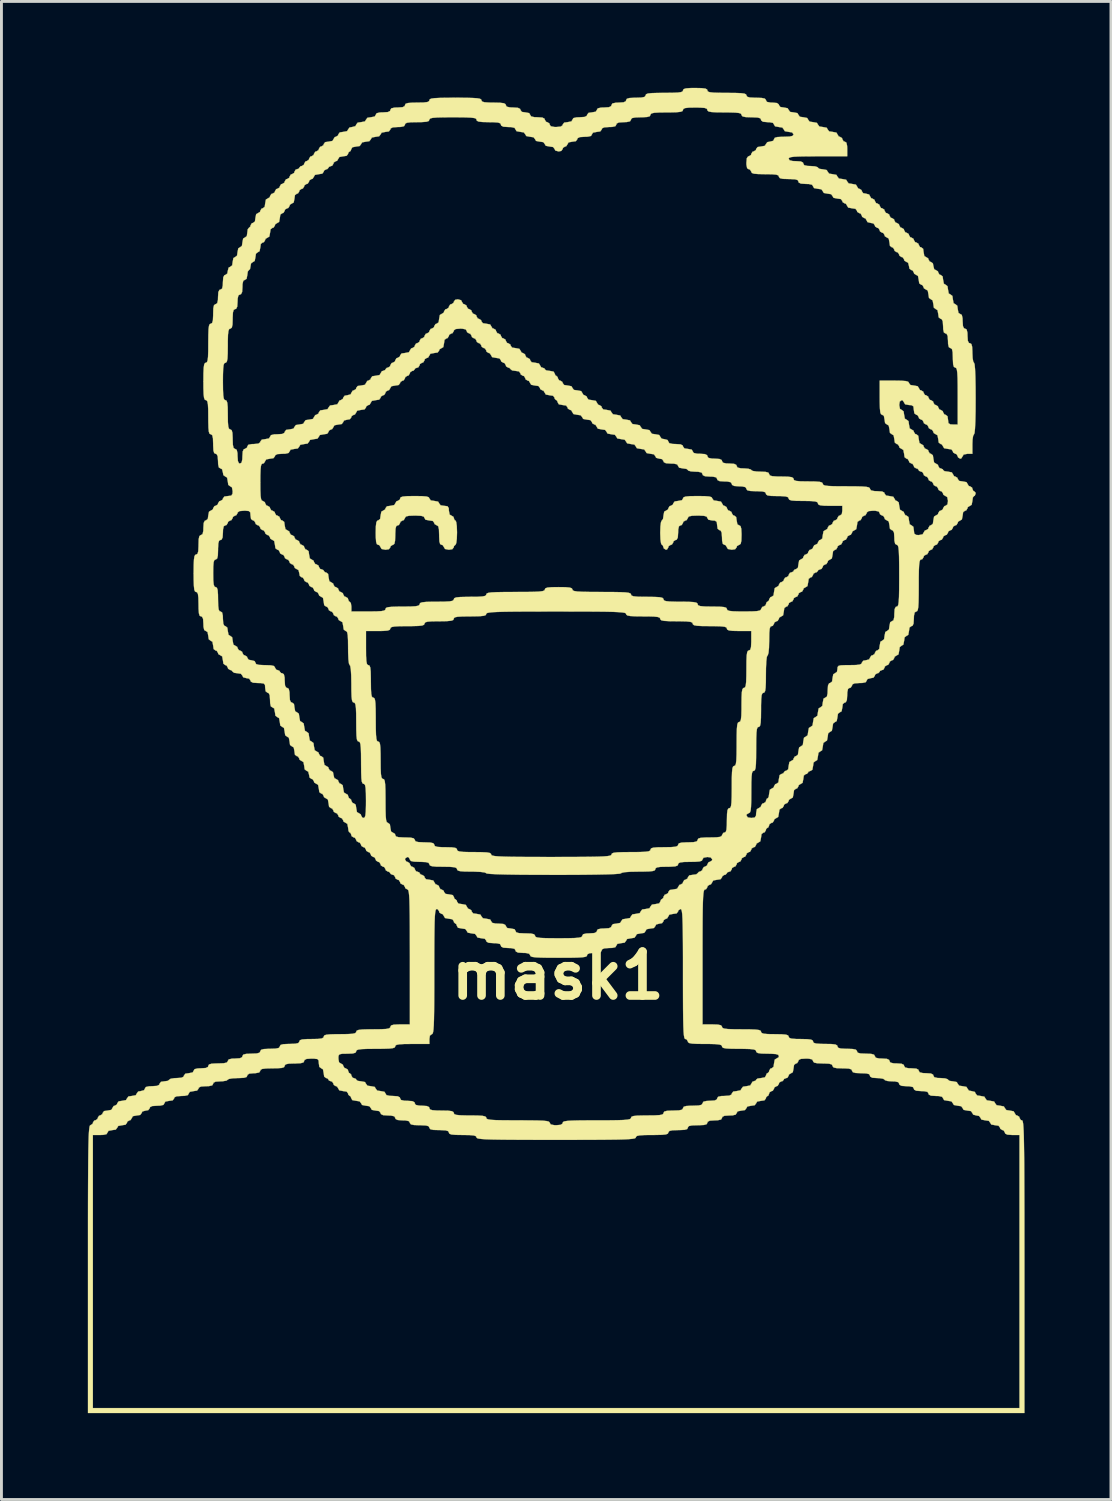
<source format=kicad_pcb>
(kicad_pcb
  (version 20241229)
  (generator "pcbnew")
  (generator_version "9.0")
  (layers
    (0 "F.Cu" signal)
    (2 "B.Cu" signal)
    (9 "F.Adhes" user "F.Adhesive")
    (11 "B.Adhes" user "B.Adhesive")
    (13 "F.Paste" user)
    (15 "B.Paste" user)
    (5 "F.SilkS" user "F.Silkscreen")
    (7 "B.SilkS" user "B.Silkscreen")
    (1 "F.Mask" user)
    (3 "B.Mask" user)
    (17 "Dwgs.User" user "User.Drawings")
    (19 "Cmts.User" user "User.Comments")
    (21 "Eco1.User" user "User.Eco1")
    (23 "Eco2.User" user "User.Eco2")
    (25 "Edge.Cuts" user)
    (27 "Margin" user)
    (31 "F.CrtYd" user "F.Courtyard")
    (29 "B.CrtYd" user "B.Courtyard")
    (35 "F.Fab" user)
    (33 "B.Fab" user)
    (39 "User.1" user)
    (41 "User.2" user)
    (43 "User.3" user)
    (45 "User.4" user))
  (footprint "mask1"
    (layer "F.Cu")
    (at 16.317 30.824)
    (property "Reference" "mask1" (at 0 0 0) (layer "F.SilkS") (effects (font (size 1.524 1.524) (thickness 0.3))))
    (attr through_hole)
    (fp_poly (pts (xy -4.719 -16.648) (xy -4.565 -16.636) (xy -4.485 -16.612) (xy -4.459 -16.573) (xy -4.459 -16.566) (xy -4.409 -16.499) (xy -4.29 -16.482) (xy -4.155 -16.457) (xy -4.12 -16.397) (xy -4.07 -16.33) (xy -3.951 -16.312) (xy -3.831 -16.298) (xy -3.787 -16.232) (xy -3.782 -16.143) (xy -3.757 -16.009) (xy -3.697 -15.974) (xy -3.622 -15.929) (xy -3.612 -15.889) (xy -3.582 -15.814) (xy -3.556 -15.804) (xy -3.528 -15.752) (xy -3.508 -15.61) (xy -3.5 -15.401) (xy -3.5 -15.381) (xy -3.507 -15.168) (xy -3.526 -15.019) (xy -3.553 -14.958) (xy -3.556 -14.958) (xy -3.606 -14.912) (xy -3.612 -14.873) (xy -3.663 -14.806) (xy -3.782 -14.788) (xy -3.916 -14.814) (xy -3.951 -14.873) (xy -3.996 -14.948) (xy -4.036 -14.958) (xy -4.085 -14.984) (xy -4.111 -15.076) (xy -4.12 -15.256) (xy -4.12 -15.296) (xy -4.127 -15.493) (xy -4.15 -15.599) (xy -4.195 -15.634) (xy -4.205 -15.635) (xy -4.28 -15.68) (xy -4.29 -15.72) (xy -4.34 -15.787) (xy -4.459 -15.804) (xy -4.594 -15.83) (xy -4.628 -15.889) (xy -4.654 -15.938) (xy -4.747 -15.965) (xy -4.926 -15.974) (xy -4.967 -15.974) (xy -5.164 -15.967) (xy -5.269 -15.944) (xy -5.305 -15.899) (xy -5.306 -15.889) (xy -5.351 -15.814) (xy -5.39 -15.804) (xy -5.465 -15.759) (xy -5.475 -15.72) (xy -5.52 -15.645) (xy -5.56 -15.635) (xy -5.609 -15.609) (xy -5.635 -15.517) (xy -5.644 -15.337) (xy -5.644 -15.296) (xy -5.651 -15.1) (xy -5.674 -14.994) (xy -5.719 -14.958) (xy -5.729 -14.958) (xy -5.804 -14.913) (xy -5.814 -14.873) (xy -5.864 -14.806) (xy -5.983 -14.788) (xy -6.118 -14.814) (xy -6.152 -14.873) (xy -6.198 -14.948) (xy -6.237 -14.958) (xy -6.282 -14.98) (xy -6.308 -15.06) (xy -6.32 -15.219) (xy -6.322 -15.381) (xy -6.317 -15.604) (xy -6.301 -15.735) (xy -6.27 -15.795) (xy -6.237 -15.804) (xy -6.17 -15.855) (xy -6.152 -15.974) (xy -6.127 -16.108) (xy -6.068 -16.143) (xy -5.993 -16.188) (xy -5.983 -16.228) (xy -5.933 -16.295) (xy -5.814 -16.312) (xy -5.679 -16.338) (xy -5.644 -16.397) (xy -5.599 -16.472) (xy -5.56 -16.482) (xy -5.485 -16.527) (xy -5.475 -16.566) (xy -5.455 -16.608) (xy -5.383 -16.633) (xy -5.239 -16.647) (xy -5.004 -16.651) (xy -4.967 -16.651) (xy -4.719 -16.648)) (stroke (width 0.01) (type solid)) (fill yes) (layer "F.SilkS"))
    (fp_poly (pts (xy 5.102 -16.648) (xy 5.256 -16.636) (xy 5.337 -16.612) (xy 5.362 -16.573) (xy 5.362 -16.566) (xy 5.413 -16.499) (xy 5.532 -16.482) (xy 5.666 -16.457) (xy 5.701 -16.397) (xy 5.746 -16.322) (xy 5.786 -16.312) (xy 5.86 -16.267) (xy 5.87 -16.228) (xy 5.915 -16.153) (xy 5.955 -16.143) (xy 6.03 -16.098) (xy 6.04 -16.058) (xy 6.085 -15.984) (xy 6.124 -15.974) (xy 6.191 -15.923) (xy 6.209 -15.804) (xy 6.234 -15.67) (xy 6.294 -15.635) (xy 6.343 -15.609) (xy 6.369 -15.517) (xy 6.378 -15.337) (xy 6.378 -15.296) (xy 6.372 -15.1) (xy 6.349 -14.994) (xy 6.304 -14.958) (xy 6.294 -14.958) (xy 6.219 -14.913) (xy 6.209 -14.873) (xy 6.158 -14.806) (xy 6.04 -14.788) (xy 5.905 -14.814) (xy 5.87 -14.873) (xy 5.825 -14.948) (xy 5.786 -14.958) (xy 5.73 -14.991) (xy 5.704 -15.104) (xy 5.701 -15.212) (xy 5.69 -15.379) (xy 5.652 -15.455) (xy 5.616 -15.466) (xy 5.549 -15.516) (xy 5.532 -15.635) (xy 5.518 -15.755) (xy 5.452 -15.799) (xy 5.362 -15.804) (xy 5.228 -15.83) (xy 5.193 -15.889) (xy 5.167 -15.938) (xy 5.075 -15.965) (xy 4.895 -15.974) (xy 4.854 -15.974) (xy 4.658 -15.967) (xy 4.552 -15.944) (xy 4.516 -15.899) (xy 4.516 -15.889) (xy 4.47 -15.814) (xy 4.431 -15.804) (xy 4.356 -15.759) (xy 4.346 -15.72) (xy 4.301 -15.645) (xy 4.262 -15.635) (xy 4.206 -15.602) (xy 4.18 -15.489) (xy 4.177 -15.381) (xy 4.166 -15.214) (xy 4.128 -15.137) (xy 4.092 -15.127) (xy 4.017 -15.082) (xy 4.008 -15.042) (xy 3.962 -14.968) (xy 3.923 -14.958) (xy 3.848 -14.913) (xy 3.838 -14.873) (xy 3.793 -14.798) (xy 3.754 -14.788) (xy 3.679 -14.834) (xy 3.669 -14.873) (xy 3.638 -14.948) (xy 3.612 -14.958) (xy 3.584 -15.01) (xy 3.564 -15.152) (xy 3.556 -15.361) (xy 3.556 -15.381) (xy 3.563 -15.594) (xy 3.582 -15.743) (xy 3.61 -15.804) (xy 3.612 -15.804) (xy 3.652 -15.853) (xy 3.669 -15.972) (xy 3.669 -15.974) (xy 3.694 -16.108) (xy 3.754 -16.143) (xy 3.828 -16.188) (xy 3.838 -16.228) (xy 3.883 -16.303) (xy 3.923 -16.312) (xy 3.998 -16.358) (xy 4.008 -16.397) (xy 4.058 -16.464) (xy 4.177 -16.482) (xy 4.311 -16.507) (xy 4.346 -16.566) (xy 4.366 -16.608) (xy 4.438 -16.633) (xy 4.582 -16.647) (xy 4.817 -16.651) (xy 4.854 -16.651) (xy 5.102 -16.648)) (stroke (width 0.01) (type solid)) (fill yes) (layer "F.SilkS"))
    (fp_poly (pts (xy 4.993 -30.814) (xy 5.124 -30.798) (xy 5.183 -30.767) (xy 5.193 -30.734) (xy 5.21 -30.697) (xy 5.272 -30.673) (xy 5.398 -30.658) (xy 5.603 -30.651) (xy 5.87 -30.649) (xy 6.162 -30.647) (xy 6.359 -30.639) (xy 6.477 -30.624) (xy 6.534 -30.598) (xy 6.548 -30.565) (xy 6.574 -30.516) (xy 6.666 -30.489) (xy 6.845 -30.48) (xy 6.886 -30.48) (xy 7.083 -30.473) (xy 7.188 -30.45) (xy 7.224 -30.406) (xy 7.225 -30.395) (xy 7.262 -30.336) (xy 7.386 -30.312) (xy 7.451 -30.311) (xy 7.608 -30.297) (xy 7.672 -30.25) (xy 7.676 -30.226) (xy 7.727 -30.159) (xy 7.846 -30.141) (xy 7.98 -30.116) (xy 8.015 -30.057) (xy 8.066 -29.989) (xy 8.184 -29.972) (xy 8.319 -29.947) (xy 8.354 -29.887) (xy 8.404 -29.82) (xy 8.523 -29.803) (xy 8.658 -29.777) (xy 8.692 -29.718) (xy 8.743 -29.651) (xy 8.862 -29.633) (xy 8.996 -29.608) (xy 9.031 -29.549) (xy 9.082 -29.481) (xy 9.2 -29.464) (xy 9.335 -29.439) (xy 9.37 -29.379) (xy 9.42 -29.312) (xy 9.539 -29.295) (xy 9.674 -29.269) (xy 9.708 -29.21) (xy 9.754 -29.135) (xy 9.793 -29.125) (xy 9.868 -29.08) (xy 9.878 -29.041) (xy 9.923 -28.966) (xy 9.962 -28.956) (xy 10.018 -28.923) (xy 10.044 -28.81) (xy 10.047 -28.702) (xy 10.047 -28.448) (xy 9.031 -28.448) (xy 8.664 -28.447) (xy 8.395 -28.442) (xy 8.21 -28.434) (xy 8.095 -28.419) (xy 8.035 -28.398) (xy 8.015 -28.369) (xy 8.015 -28.363) (xy 8.048 -28.308) (xy 8.161 -28.282) (xy 8.269 -28.279) (xy 8.437 -28.268) (xy 8.513 -28.23) (xy 8.523 -28.194) (xy 8.556 -28.138) (xy 8.669 -28.113) (xy 8.777 -28.109) (xy 8.929 -28.098) (xy 9.019 -28.07) (xy 9.031 -28.053) (xy 9.08 -28.013) (xy 9.198 -27.996) (xy 9.2 -27.996) (xy 9.335 -27.971) (xy 9.37 -27.912) (xy 9.42 -27.845) (xy 9.539 -27.827) (xy 9.674 -27.802) (xy 9.708 -27.742) (xy 9.759 -27.675) (xy 9.878 -27.658) (xy 10.012 -27.633) (xy 10.047 -27.573) (xy 10.098 -27.506) (xy 10.216 -27.488) (xy 10.351 -27.463) (xy 10.386 -27.404) (xy 10.431 -27.329) (xy 10.47 -27.319) (xy 10.545 -27.274) (xy 10.555 -27.234) (xy 10.604 -27.166) (xy 10.696 -27.15) (xy 10.81 -27.12) (xy 10.837 -27.065) (xy 10.883 -26.99) (xy 10.922 -26.98) (xy 10.997 -26.935) (xy 11.007 -26.896) (xy 11.052 -26.821) (xy 11.091 -26.811) (xy 11.166 -26.766) (xy 11.176 -26.726) (xy 11.221 -26.652) (xy 11.261 -26.642) (xy 11.335 -26.597) (xy 11.345 -26.557) (xy 11.391 -26.482) (xy 11.43 -26.472) (xy 11.505 -26.427) (xy 11.515 -26.388) (xy 11.56 -26.313) (xy 11.599 -26.303) (xy 11.674 -26.258) (xy 11.684 -26.218) (xy 11.729 -26.144) (xy 11.769 -26.134) (xy 11.843 -26.089) (xy 11.853 -26.049) (xy 11.899 -25.974) (xy 11.938 -25.964) (xy 12.013 -25.919) (xy 12.023 -25.88) (xy 12.068 -25.805) (xy 12.107 -25.795) (xy 12.182 -25.75) (xy 12.192 -25.71) (xy 12.237 -25.636) (xy 12.277 -25.626) (xy 12.351 -25.581) (xy 12.361 -25.541) (xy 12.407 -25.466) (xy 12.446 -25.456) (xy 12.521 -25.411) (xy 12.531 -25.372) (xy 12.576 -25.297) (xy 12.615 -25.287) (xy 12.683 -25.237) (xy 12.7 -25.118) (xy 12.725 -24.983) (xy 12.785 -24.948) (xy 12.859 -24.903) (xy 12.869 -24.864) (xy 12.915 -24.789) (xy 12.954 -24.779) (xy 13.022 -24.73) (xy 13.039 -24.638) (xy 13.068 -24.525) (xy 13.123 -24.497) (xy 13.198 -24.452) (xy 13.208 -24.412) (xy 13.253 -24.337) (xy 13.293 -24.328) (xy 13.36 -24.277) (xy 13.377 -24.158) (xy 13.403 -24.024) (xy 13.462 -23.989) (xy 13.529 -23.938) (xy 13.547 -23.82) (xy 13.572 -23.685) (xy 13.631 -23.65) (xy 13.699 -23.6) (xy 13.716 -23.481) (xy 13.741 -23.346) (xy 13.801 -23.312) (xy 13.868 -23.261) (xy 13.885 -23.142) (xy 13.911 -23.008) (xy 13.97 -22.973) (xy 14.026 -22.94) (xy 14.051 -22.827) (xy 14.055 -22.719) (xy 14.066 -22.551) (xy 14.103 -22.475) (xy 14.139 -22.465) (xy 14.195 -22.432) (xy 14.221 -22.319) (xy 14.224 -22.211) (xy 14.235 -22.043) (xy 14.273 -21.967) (xy 14.309 -21.957) (xy 14.358 -21.931) (xy 14.384 -21.839) (xy 14.393 -21.659) (xy 14.393 -21.618) (xy 14.402 -21.438) (xy 14.424 -21.316) (xy 14.45 -21.28) (xy 14.47 -21.224) (xy 14.486 -21.062) (xy 14.497 -20.798) (xy 14.504 -20.438) (xy 14.506 -20.038) (xy 14.504 -19.597) (xy 14.496 -19.247) (xy 14.484 -18.993) (xy 14.468 -18.841) (xy 14.45 -18.796) (xy 14.42 -18.745) (xy 14.399 -18.61) (xy 14.393 -18.457) (xy 14.393 -18.119) (xy 14.224 -18.119) (xy 14.09 -18.093) (xy 14.055 -18.034) (xy 14.009 -17.959) (xy 13.97 -17.949) (xy 13.895 -17.995) (xy 13.885 -18.034) (xy 13.84 -18.109) (xy 13.801 -18.119) (xy 13.726 -18.164) (xy 13.716 -18.203) (xy 13.666 -18.271) (xy 13.547 -18.288) (xy 13.412 -18.313) (xy 13.377 -18.373) (xy 13.332 -18.447) (xy 13.293 -18.457) (xy 13.225 -18.508) (xy 13.208 -18.627) (xy 13.183 -18.761) (xy 13.123 -18.796) (xy 13.049 -18.841) (xy 13.039 -18.881) (xy 12.993 -18.955) (xy 12.954 -18.965) (xy 12.879 -19.011) (xy 12.869 -19.05) (xy 12.824 -19.125) (xy 12.785 -19.135) (xy 12.71 -19.18) (xy 12.7 -19.219) (xy 12.655 -19.294) (xy 12.615 -19.304) (xy 12.541 -19.349) (xy 12.531 -19.389) (xy 12.485 -19.463) (xy 12.446 -19.473) (xy 12.379 -19.524) (xy 12.361 -19.643) (xy 12.347 -19.763) (xy 12.281 -19.807) (xy 12.192 -19.812) (xy 12.058 -19.837) (xy 12.023 -19.897) (xy 11.977 -19.971) (xy 11.938 -19.981) (xy 11.871 -19.931) (xy 11.853 -19.812) (xy 11.879 -19.678) (xy 11.938 -19.643) (xy 12.005 -19.592) (xy 12.023 -19.473) (xy 12.048 -19.339) (xy 12.107 -19.304) (xy 12.175 -19.254) (xy 12.192 -19.135) (xy 12.217 -19) (xy 12.277 -18.965) (xy 12.351 -18.92) (xy 12.361 -18.881) (xy 12.407 -18.806) (xy 12.446 -18.796) (xy 12.513 -18.746) (xy 12.531 -18.627) (xy 12.556 -18.492) (xy 12.615 -18.457) (xy 12.69 -18.412) (xy 12.7 -18.373) (xy 12.745 -18.298) (xy 12.785 -18.288) (xy 12.859 -18.243) (xy 12.869 -18.203) (xy 12.915 -18.129) (xy 12.954 -18.119) (xy 13.021 -18.068) (xy 13.039 -17.949) (xy 13.064 -17.815) (xy 13.123 -17.78) (xy 13.198 -17.735) (xy 13.208 -17.695) (xy 13.253 -17.621) (xy 13.293 -17.611) (xy 13.368 -17.58) (xy 13.377 -17.554) (xy 13.426 -17.515) (xy 13.545 -17.498) (xy 13.547 -17.498) (xy 13.681 -17.473) (xy 13.716 -17.413) (xy 13.761 -17.338) (xy 13.801 -17.328) (xy 13.875 -17.283) (xy 13.885 -17.244) (xy 13.936 -17.177) (xy 14.055 -17.159) (xy 14.189 -17.134) (xy 14.224 -17.074) (xy 14.269 -17) (xy 14.309 -16.99) (xy 14.383 -16.945) (xy 14.393 -16.905) (xy 14.424 -16.83) (xy 14.45 -16.82) (xy 14.5 -16.775) (xy 14.506 -16.736) (xy 14.476 -16.661) (xy 14.45 -16.651) (xy 14.41 -16.602) (xy 14.393 -16.484) (xy 14.393 -16.482) (xy 14.368 -16.347) (xy 14.309 -16.312) (xy 14.234 -16.267) (xy 14.224 -16.228) (xy 14.179 -16.153) (xy 14.139 -16.143) (xy 14.072 -16.093) (xy 14.055 -15.974) (xy 14.029 -15.839) (xy 13.97 -15.804) (xy 13.895 -15.759) (xy 13.885 -15.72) (xy 13.84 -15.645) (xy 13.801 -15.635) (xy 13.726 -15.59) (xy 13.716 -15.55) (xy 13.671 -15.476) (xy 13.631 -15.466) (xy 13.557 -15.421) (xy 13.547 -15.381) (xy 13.501 -15.306) (xy 13.462 -15.296) (xy 13.387 -15.251) (xy 13.377 -15.212) (xy 13.332 -15.137) (xy 13.293 -15.127) (xy 13.218 -15.082) (xy 13.208 -15.042) (xy 13.163 -14.968) (xy 13.123 -14.958) (xy 13.049 -14.913) (xy 13.039 -14.873) (xy 12.993 -14.798) (xy 12.954 -14.788) (xy 12.879 -14.743) (xy 12.869 -14.704) (xy 12.824 -14.629) (xy 12.785 -14.619) (xy 12.71 -14.574) (xy 12.7 -14.534) (xy 12.655 -14.46) (xy 12.615 -14.45) (xy 12.583 -14.435) (xy 12.56 -14.38) (xy 12.545 -14.269) (xy 12.536 -14.089) (xy 12.531 -13.822) (xy 12.531 -13.547) (xy 12.529 -13.203) (xy 12.524 -12.957) (xy 12.514 -12.793) (xy 12.497 -12.697) (xy 12.472 -12.652) (xy 12.446 -12.644) (xy 12.39 -12.61) (xy 12.365 -12.497) (xy 12.361 -12.39) (xy 12.35 -12.222) (xy 12.313 -12.146) (xy 12.277 -12.136) (xy 12.209 -12.085) (xy 12.192 -11.966) (xy 12.167 -11.832) (xy 12.107 -11.797) (xy 12.04 -11.746) (xy 12.023 -11.628) (xy 11.997 -11.493) (xy 11.938 -11.458) (xy 11.871 -11.408) (xy 11.853 -11.289) (xy 11.828 -11.154) (xy 11.769 -11.12) (xy 11.694 -11.074) (xy 11.684 -11.035) (xy 11.639 -10.96) (xy 11.599 -10.95) (xy 11.525 -10.905) (xy 11.515 -10.866) (xy 11.469 -10.791) (xy 11.43 -10.781) (xy 11.355 -10.736) (xy 11.345 -10.696) (xy 11.3 -10.621) (xy 11.261 -10.612) (xy 11.186 -10.581) (xy 11.176 -10.555) (xy 11.13 -10.505) (xy 11.091 -10.499) (xy 11.017 -10.453) (xy 11.007 -10.414) (xy 10.958 -10.346) (xy 10.866 -10.329) (xy 10.752 -10.3) (xy 10.724 -10.245) (xy 10.691 -10.189) (xy 10.578 -10.163) (xy 10.47 -10.16) (xy 10.303 -10.149) (xy 10.227 -10.111) (xy 10.216 -10.075) (xy 10.171 -10.001) (xy 10.132 -9.991) (xy 10.076 -9.957) (xy 10.051 -9.844) (xy 10.047 -9.737) (xy 10.036 -9.569) (xy 9.998 -9.493) (xy 9.962 -9.483) (xy 9.895 -9.432) (xy 9.878 -9.313) (xy 9.853 -9.179) (xy 9.793 -9.144) (xy 9.726 -9.094) (xy 9.708 -8.975) (xy 9.683 -8.84) (xy 9.624 -8.805) (xy 9.557 -8.755) (xy 9.539 -8.636) (xy 9.514 -8.502) (xy 9.454 -8.467) (xy 9.387 -8.416) (xy 9.37 -8.297) (xy 9.345 -8.163) (xy 9.285 -8.128) (xy 9.218 -8.078) (xy 9.2 -7.959) (xy 9.175 -7.824) (xy 9.116 -7.789) (xy 9.049 -7.739) (xy 9.031 -7.62) (xy 9.006 -7.486) (xy 8.946 -7.451) (xy 8.879 -7.4) (xy 8.862 -7.281) (xy 8.837 -7.147) (xy 8.777 -7.112) (xy 8.702 -7.082) (xy 8.692 -7.056) (xy 8.647 -7.005) (xy 8.608 -6.999) (xy 8.541 -6.949) (xy 8.523 -6.83) (xy 8.498 -6.695) (xy 8.438 -6.66) (xy 8.364 -6.615) (xy 8.354 -6.576) (xy 8.309 -6.501) (xy 8.269 -6.491) (xy 8.202 -6.441) (xy 8.184 -6.322) (xy 8.159 -6.187) (xy 8.1 -6.152) (xy 8.025 -6.107) (xy 8.015 -6.068) (xy 7.97 -5.993) (xy 7.93 -5.983) (xy 7.856 -5.938) (xy 7.846 -5.898) (xy 7.801 -5.824) (xy 7.761 -5.814) (xy 7.694 -5.763) (xy 7.676 -5.644) (xy 7.651 -5.51) (xy 7.592 -5.475) (xy 7.517 -5.43) (xy 7.507 -5.39) (xy 7.462 -5.316) (xy 7.422 -5.306) (xy 7.348 -5.261) (xy 7.338 -5.221) (xy 7.307 -5.146) (xy 7.281 -5.136) (xy 7.231 -5.091) (xy 7.225 -5.052) (xy 7.18 -4.977) (xy 7.14 -4.967) (xy 7.073 -4.917) (xy 7.056 -4.798) (xy 7.03 -4.663) (xy 6.971 -4.628) (xy 6.896 -4.583) (xy 6.886 -4.544) (xy 6.841 -4.469) (xy 6.802 -4.459) (xy 6.727 -4.414) (xy 6.717 -4.374) (xy 6.672 -4.3) (xy 6.632 -4.29) (xy 6.557 -4.245) (xy 6.548 -4.205) (xy 6.502 -4.13) (xy 6.463 -4.12) (xy 6.388 -4.075) (xy 6.378 -4.036) (xy 6.333 -3.961) (xy 6.294 -3.951) (xy 6.219 -3.906) (xy 6.209 -3.866) (xy 6.164 -3.792) (xy 6.124 -3.782) (xy 6.049 -3.737) (xy 6.04 -3.697) (xy 5.994 -3.622) (xy 5.955 -3.612) (xy 5.88 -3.582) (xy 5.87 -3.556) (xy 5.825 -3.506) (xy 5.786 -3.5) (xy 5.711 -3.454) (xy 5.701 -3.415) (xy 5.65 -3.348) (xy 5.532 -3.33) (xy 5.397 -3.305) (xy 5.362 -3.246) (xy 5.317 -3.171) (xy 5.278 -3.161) (xy 5.203 -3.116) (xy 5.193 -3.076) (xy 5.148 -3.001) (xy 5.108 -2.992) (xy 5.087 -2.98) (xy 5.07 -2.94) (xy 5.056 -2.861) (xy 5.045 -2.734) (xy 5.037 -2.548) (xy 5.031 -2.295) (xy 5.027 -1.964) (xy 5.025 -1.546) (xy 5.024 -1.031) (xy 5.024 -0.649) (xy 5.024 1.693) (xy 5.362 1.693) (xy 5.559 1.7) (xy 5.664 1.723) (xy 5.7 1.768) (xy 5.701 1.778) (xy 5.718 1.815) (xy 5.78 1.839) (xy 5.906 1.854) (xy 6.111 1.861) (xy 6.378 1.863) (xy 6.67 1.865) (xy 6.867 1.873) (xy 6.985 1.888) (xy 7.042 1.914) (xy 7.056 1.947) (xy 7.076 1.99) (xy 7.151 2.016) (xy 7.299 2.029) (xy 7.535 2.032) (xy 7.775 2.036) (xy 7.922 2.049) (xy 7.995 2.075) (xy 8.015 2.117) (xy 8.037 2.161) (xy 8.117 2.188) (xy 8.276 2.199) (xy 8.438 2.201) (xy 8.662 2.206) (xy 8.793 2.222) (xy 8.852 2.253) (xy 8.862 2.286) (xy 8.884 2.331) (xy 8.964 2.357) (xy 9.123 2.369) (xy 9.285 2.371) (xy 9.508 2.375) (xy 9.639 2.391) (xy 9.699 2.423) (xy 9.708 2.455) (xy 9.734 2.504) (xy 9.827 2.531) (xy 10.006 2.54) (xy 10.047 2.54) (xy 10.244 2.547) (xy 10.349 2.57) (xy 10.385 2.614) (xy 10.386 2.625) (xy 10.414 2.676) (xy 10.511 2.702) (xy 10.696 2.709) (xy 10.883 2.717) (xy 10.98 2.744) (xy 11.007 2.794) (xy 11.04 2.85) (xy 11.153 2.875) (xy 11.261 2.879) (xy 11.428 2.89) (xy 11.504 2.927) (xy 11.515 2.963) (xy 11.548 3.019) (xy 11.661 3.045) (xy 11.769 3.048) (xy 11.936 3.059) (xy 12.012 3.097) (xy 12.023 3.133) (xy 12.056 3.188) (xy 12.169 3.214) (xy 12.277 3.217) (xy 12.444 3.228) (xy 12.52 3.266) (xy 12.531 3.302) (xy 12.564 3.358) (xy 12.677 3.383) (xy 12.785 3.387) (xy 12.952 3.398) (xy 13.028 3.435) (xy 13.039 3.471) (xy 13.072 3.527) (xy 13.185 3.553) (xy 13.293 3.556) (xy 13.444 3.567) (xy 13.535 3.596) (xy 13.547 3.612) (xy 13.596 3.652) (xy 13.714 3.669) (xy 13.716 3.669) (xy 13.85 3.694) (xy 13.885 3.754) (xy 13.936 3.821) (xy 14.055 3.838) (xy 14.189 3.863) (xy 14.224 3.923) (xy 14.273 3.991) (xy 14.365 4.008) (xy 14.479 4.037) (xy 14.506 4.092) (xy 14.557 4.159) (xy 14.676 4.177) (xy 14.81 4.202) (xy 14.845 4.262) (xy 14.895 4.329) (xy 15.014 4.346) (xy 15.149 4.371) (xy 15.184 4.431) (xy 15.234 4.498) (xy 15.353 4.516) (xy 15.487 4.541) (xy 15.522 4.6) (xy 15.573 4.667) (xy 15.692 4.685) (xy 15.826 4.71) (xy 15.861 4.77) (xy 15.906 4.844) (xy 15.946 4.854) (xy 16.02 4.899) (xy 16.03 4.939) (xy 16.075 5.014) (xy 16.115 5.024) (xy 16.13 5.033) (xy 16.142 5.067) (xy 16.154 5.132) (xy 16.163 5.235) (xy 16.172 5.381) (xy 16.179 5.578) (xy 16.184 5.833) (xy 16.189 6.152) (xy 16.193 6.541) (xy 16.195 7.008) (xy 16.197 7.558) (xy 16.199 8.199) (xy 16.199 8.938) (xy 16.2 9.78) (xy 16.2 10.104) (xy 16.2 15.184) (xy -16.312 15.184) (xy -16.312 10.188) (xy -16.312 9.315) (xy -16.312 8.549) (xy -16.311 7.882) (xy -16.309 7.307) (xy -16.306 6.819) (xy -16.303 6.41) (xy -16.299 6.074) (xy -16.293 5.804) (xy -16.287 5.593) (xy -16.284 5.532) (xy -16.143 5.532) (xy -16.143 15.014) (xy 16.03 15.014) (xy 16.03 5.532) (xy 15.776 5.532) (xy 15.609 5.52) (xy 15.533 5.483) (xy 15.522 5.447) (xy 15.477 5.372) (xy 15.438 5.362) (xy 15.363 5.317) (xy 15.353 5.278) (xy 15.302 5.21) (xy 15.184 5.193) (xy 15.049 5.168) (xy 15.014 5.108) (xy 14.964 5.041) (xy 14.845 5.024) (xy 14.71 4.998) (xy 14.676 4.939) (xy 14.626 4.871) (xy 14.534 4.854) (xy 14.421 4.825) (xy 14.393 4.77) (xy 14.343 4.702) (xy 14.224 4.685) (xy 14.09 4.66) (xy 14.055 4.6) (xy 14.004 4.533) (xy 13.885 4.516) (xy 13.751 4.49) (xy 13.716 4.431) (xy 13.666 4.364) (xy 13.547 4.346) (xy 13.412 4.321) (xy 13.377 4.262) (xy 13.344 4.206) (xy 13.231 4.18) (xy 13.123 4.177) (xy 12.956 4.166) (xy 12.88 4.128) (xy 12.869 4.092) (xy 12.836 4.036) (xy 12.723 4.011) (xy 12.615 4.008) (xy 12.448 3.996) (xy 12.372 3.959) (xy 12.361 3.923) (xy 12.328 3.867) (xy 12.215 3.842) (xy 12.107 3.838) (xy 11.94 3.827) (xy 11.864 3.789) (xy 11.853 3.754) (xy 11.82 3.698) (xy 11.707 3.672) (xy 11.599 3.669) (xy 11.448 3.658) (xy 11.357 3.629) (xy 11.345 3.612) (xy 11.295 3.579) (xy 11.167 3.559) (xy 11.091 3.556) (xy 10.924 3.545) (xy 10.848 3.507) (xy 10.837 3.471) (xy 10.809 3.42) (xy 10.712 3.394) (xy 10.527 3.387) (xy 10.34 3.379) (xy 10.243 3.352) (xy 10.216 3.302) (xy 10.19 3.253) (xy 10.098 3.226) (xy 9.919 3.217) (xy 9.878 3.217) (xy 9.681 3.211) (xy 9.576 3.188) (xy 9.54 3.143) (xy 9.539 3.133) (xy 9.513 3.084) (xy 9.421 3.057) (xy 9.241 3.048) (xy 9.2 3.048) (xy 9.004 3.041) (xy 8.898 3.018) (xy 8.862 2.974) (xy 8.862 2.963) (xy 8.829 2.908) (xy 8.716 2.882) (xy 8.608 2.879) (xy 8.44 2.89) (xy 8.364 2.927) (xy 8.354 2.963) (xy 8.309 3.038) (xy 8.269 3.048) (xy 8.202 3.098) (xy 8.184 3.217) (xy 8.159 3.352) (xy 8.1 3.387) (xy 8.025 3.432) (xy 8.015 3.471) (xy 7.97 3.546) (xy 7.93 3.556) (xy 7.855 3.586) (xy 7.846 3.612) (xy 7.8 3.663) (xy 7.761 3.669) (xy 7.686 3.714) (xy 7.676 3.754) (xy 7.631 3.828) (xy 7.592 3.838) (xy 7.517 3.883) (xy 7.507 3.923) (xy 7.462 3.998) (xy 7.422 4.008) (xy 7.348 4.053) (xy 7.338 4.092) (xy 7.307 4.167) (xy 7.281 4.177) (xy 7.231 4.223) (xy 7.225 4.262) (xy 7.174 4.329) (xy 7.056 4.346) (xy 6.921 4.371) (xy 6.886 4.431) (xy 6.836 4.498) (xy 6.717 4.516) (xy 6.582 4.541) (xy 6.548 4.6) (xy 6.497 4.667) (xy 6.378 4.685) (xy 6.244 4.71) (xy 6.209 4.77) (xy 6.176 4.825) (xy 6.063 4.851) (xy 5.955 4.854) (xy 5.787 4.865) (xy 5.711 4.903) (xy 5.701 4.939) (xy 5.668 4.995) (xy 5.555 5.02) (xy 5.447 5.024) (xy 5.279 5.035) (xy 5.203 5.072) (xy 5.193 5.108) (xy 5.167 5.157) (xy 5.075 5.184) (xy 4.895 5.193) (xy 4.854 5.193) (xy 4.658 5.199) (xy 4.552 5.222) (xy 4.516 5.267) (xy 4.516 5.278) (xy 4.49 5.327) (xy 4.397 5.353) (xy 4.218 5.362) (xy 4.177 5.362) (xy 3.98 5.369) (xy 3.875 5.392) (xy 3.839 5.437) (xy 3.838 5.447) (xy 3.82 5.486) (xy 3.751 5.512) (xy 3.615 5.526) (xy 3.391 5.531) (xy 3.274 5.532) (xy 3.011 5.534) (xy 2.842 5.545) (xy 2.748 5.565) (xy 2.712 5.599) (xy 2.709 5.616) (xy 2.698 5.636) (xy 2.66 5.652) (xy 2.585 5.665) (xy 2.464 5.676) (xy 2.288 5.685) (xy 2.049 5.691) (xy 1.737 5.695) (xy 1.344 5.698) (xy 0.861 5.7) (xy 0.278 5.701) (xy -0.056 5.701) (xy -0.693 5.701) (xy -1.225 5.699) (xy -1.663 5.697) (xy -2.015 5.693) (xy -2.289 5.688) (xy -2.495 5.681) (xy -2.643 5.671) (xy -2.74 5.659) (xy -2.796 5.644) (xy -2.82 5.626) (xy -2.822 5.616) (xy -2.843 5.574) (xy -2.917 5.548) (xy -3.066 5.535) (xy -3.302 5.532) (xy -3.542 5.528) (xy -3.689 5.515) (xy -3.762 5.489) (xy -3.782 5.447) (xy -3.808 5.398) (xy -3.9 5.371) (xy -4.08 5.362) (xy -4.12 5.362) (xy -4.317 5.356) (xy -4.423 5.333) (xy -4.458 5.288) (xy -4.459 5.278) (xy -4.485 5.228) (xy -4.577 5.202) (xy -4.757 5.193) (xy -4.798 5.193) (xy -4.994 5.186) (xy -5.1 5.163) (xy -5.136 5.118) (xy -5.136 5.108) (xy -5.17 5.052) (xy -5.283 5.027) (xy -5.39 5.024) (xy -5.558 5.012) (xy -5.634 4.975) (xy -5.644 4.939) (xy -5.678 4.883) (xy -5.791 4.858) (xy -5.898 4.854) (xy -6.066 4.843) (xy -6.142 4.805) (xy -6.152 4.77) (xy -6.203 4.702) (xy -6.322 4.685) (xy -6.456 4.66) (xy -6.491 4.6) (xy -6.542 4.533) (xy -6.66 4.516) (xy -6.795 4.49) (xy -6.83 4.431) (xy -6.88 4.364) (xy -6.999 4.346) (xy -7.134 4.321) (xy -7.168 4.262) (xy -7.199 4.186) (xy -7.225 4.177) (xy -7.275 4.131) (xy -7.281 4.092) (xy -7.332 4.025) (xy -7.451 4.008) (xy -7.585 3.982) (xy -7.62 3.923) (xy -7.665 3.848) (xy -7.705 3.838) (xy -7.779 3.793) (xy -7.789 3.754) (xy -7.835 3.679) (xy -7.874 3.669) (xy -7.949 3.638) (xy -7.959 3.612) (xy -8.004 3.562) (xy -8.043 3.556) (xy -8.111 3.506) (xy -8.128 3.387) (xy -8.153 3.252) (xy -8.213 3.217) (xy -8.28 3.167) (xy -8.297 3.048) (xy -8.305 2.944) (xy -8.347 2.895) (xy -8.456 2.88) (xy -8.551 2.879) (xy -8.719 2.89) (xy -8.795 2.927) (xy -8.805 2.963) (xy -8.831 3.012) (xy -8.924 3.039) (xy -9.103 3.048) (xy -9.144 3.048) (xy -9.341 3.055) (xy -9.446 3.078) (xy -9.482 3.122) (xy -9.483 3.133) (xy -9.505 3.177) (xy -9.585 3.204) (xy -9.743 3.215) (xy -9.906 3.217) (xy -10.129 3.222) (xy -10.26 3.238) (xy -10.32 3.269) (xy -10.329 3.302) (xy -10.367 3.361) (xy -10.49 3.385) (xy -10.555 3.387) (xy -10.712 3.401) (xy -10.777 3.447) (xy -10.781 3.471) (xy -10.807 3.52) (xy -10.899 3.547) (xy -11.079 3.556) (xy -11.12 3.556) (xy -11.3 3.565) (xy -11.422 3.587) (xy -11.458 3.612) (xy -11.509 3.646) (xy -11.636 3.666) (xy -11.712 3.669) (xy -11.88 3.68) (xy -11.956 3.718) (xy -11.966 3.754) (xy -11.999 3.809) (xy -12.112 3.835) (xy -12.22 3.838) (xy -12.388 3.849) (xy -12.464 3.887) (xy -12.474 3.923) (xy -12.525 3.99) (xy -12.644 4.008) (xy -12.778 4.033) (xy -12.813 4.092) (xy -12.846 4.148) (xy -12.959 4.173) (xy -13.067 4.177) (xy -13.234 4.188) (xy -13.311 4.226) (xy -13.321 4.262) (xy -13.371 4.329) (xy -13.49 4.346) (xy -13.625 4.371) (xy -13.66 4.431) (xy -13.693 4.487) (xy -13.806 4.512) (xy -13.914 4.516) (xy -14.081 4.527) (xy -14.157 4.564) (xy -14.168 4.6) (xy -14.217 4.668) (xy -14.309 4.685) (xy -14.422 4.714) (xy -14.45 4.77) (xy -14.5 4.837) (xy -14.619 4.854) (xy -14.754 4.879) (xy -14.788 4.939) (xy -14.834 5.014) (xy -14.873 5.024) (xy -14.948 5.069) (xy -14.958 5.108) (xy -15.008 5.175) (xy -15.127 5.193) (xy -15.262 5.218) (xy -15.296 5.278) (xy -15.347 5.345) (xy -15.466 5.362) (xy -15.6 5.387) (xy -15.635 5.447) (xy -15.668 5.503) (xy -15.781 5.528) (xy -15.889 5.532) (xy -16.143 5.532) (xy -16.284 5.532) (xy -16.279 5.435) (xy -16.269 5.322) (xy -16.258 5.249) (xy -16.246 5.208) (xy -16.231 5.193) (xy -16.228 5.193) (xy -16.153 5.148) (xy -16.143 5.108) (xy -16.098 5.033) (xy -16.058 5.024) (xy -15.984 4.978) (xy -15.974 4.939) (xy -15.929 4.864) (xy -15.889 4.854) (xy -15.814 4.809) (xy -15.804 4.77) (xy -15.754 4.702) (xy -15.635 4.685) (xy -15.501 4.66) (xy -15.466 4.6) (xy -15.421 4.525) (xy -15.381 4.516) (xy -15.306 4.47) (xy -15.296 4.431) (xy -15.246 4.364) (xy -15.127 4.346) (xy -14.993 4.321) (xy -14.958 4.262) (xy -14.907 4.194) (xy -14.788 4.177) (xy -14.654 4.152) (xy -14.619 4.092) (xy -14.57 4.024) (xy -14.478 4.008) (xy -14.365 3.978) (xy -14.337 3.923) (xy -14.304 3.867) (xy -14.191 3.842) (xy -14.083 3.838) (xy -13.915 3.827) (xy -13.839 3.789) (xy -13.829 3.754) (xy -13.778 3.686) (xy -13.66 3.669) (xy -13.541 3.653) (xy -13.49 3.613) (xy -13.49 3.612) (xy -13.44 3.579) (xy -13.312 3.559) (xy -13.236 3.556) (xy -13.069 3.545) (xy -12.993 3.507) (xy -12.982 3.471) (xy -12.932 3.404) (xy -12.813 3.387) (xy -12.678 3.361) (xy -12.644 3.302) (xy -12.61 3.246) (xy -12.497 3.221) (xy -12.39 3.217) (xy -12.222 3.206) (xy -12.146 3.169) (xy -12.136 3.133) (xy -12.11 3.084) (xy -12.017 3.057) (xy -11.838 3.048) (xy -11.797 3.048) (xy -11.6 3.041) (xy -11.495 3.018) (xy -11.459 2.974) (xy -11.458 2.963) (xy -11.425 2.908) (xy -11.312 2.882) (xy -11.204 2.879) (xy -11.165 2.876) (xy -7.62 2.876) (xy -7.62 2.879) (xy -7.595 3.013) (xy -7.535 3.048) (xy -7.461 3.093) (xy -7.451 3.133) (xy -7.405 3.207) (xy -7.366 3.217) (xy -7.291 3.263) (xy -7.281 3.302) (xy -7.251 3.377) (xy -7.225 3.387) (xy -7.175 3.432) (xy -7.168 3.471) (xy -7.123 3.546) (xy -7.084 3.556) (xy -7.009 3.586) (xy -6.999 3.612) (xy -6.95 3.652) (xy -6.832 3.669) (xy -6.83 3.669) (xy -6.695 3.694) (xy -6.66 3.754) (xy -6.61 3.821) (xy -6.491 3.838) (xy -6.357 3.863) (xy -6.322 3.923) (xy -6.271 3.99) (xy -6.152 4.008) (xy -6.018 4.033) (xy -5.983 4.092) (xy -5.95 4.148) (xy -5.837 4.173) (xy -5.729 4.177) (xy -5.562 4.188) (xy -5.485 4.226) (xy -5.475 4.262) (xy -5.442 4.317) (xy -5.329 4.343) (xy -5.221 4.346) (xy -5.054 4.357) (xy -4.977 4.395) (xy -4.967 4.431) (xy -4.934 4.487) (xy -4.821 4.512) (xy -4.713 4.516) (xy -4.546 4.527) (xy -4.469 4.564) (xy -4.459 4.6) (xy -4.437 4.645) (xy -4.357 4.671) (xy -4.198 4.683) (xy -4.036 4.685) (xy -3.812 4.689) (xy -3.681 4.705) (xy -3.622 4.737) (xy -3.612 4.77) (xy -3.594 4.809) (xy -3.525 4.834) (xy -3.389 4.848) (xy -3.165 4.854) (xy -3.048 4.854) (xy -2.785 4.857) (xy -2.616 4.867) (xy -2.522 4.888) (xy -2.486 4.921) (xy -2.484 4.939) (xy -2.47 4.968) (xy -2.419 4.99) (xy -2.317 5.006) (xy -2.15 5.016) (xy -1.904 5.021) (xy -1.566 5.023) (xy -1.383 5.024) (xy -0.999 5.025) (xy -0.714 5.029) (xy -0.514 5.036) (xy -0.385 5.049) (xy -0.313 5.068) (xy -0.285 5.094) (xy -0.282 5.108) (xy -0.245 5.167) (xy -0.121 5.191) (xy -0.056 5.193) (xy 0.101 5.179) (xy 0.165 5.133) (xy 0.169 5.108) (xy 0.183 5.08) (xy 0.232 5.058) (xy 0.331 5.043) (xy 0.494 5.033) (xy 0.732 5.027) (xy 1.06 5.024) (xy 1.355 5.024) (xy 1.755 5.023) (xy 2.056 5.019) (xy 2.27 5.012) (xy 2.413 5) (xy 2.496 4.983) (xy 2.534 4.96) (xy 2.54 4.939) (xy 2.559 4.899) (xy 2.627 4.874) (xy 2.764 4.86) (xy 2.987 4.855) (xy 3.104 4.854) (xy 3.368 4.851) (xy 3.537 4.841) (xy 3.63 4.821) (xy 3.666 4.787) (xy 3.669 4.77) (xy 3.695 4.72) (xy 3.787 4.694) (xy 3.967 4.685) (xy 4.008 4.685) (xy 4.204 4.678) (xy 4.31 4.655) (xy 4.346 4.61) (xy 4.346 4.6) (xy 4.372 4.551) (xy 4.464 4.525) (xy 4.644 4.516) (xy 4.685 4.516) (xy 4.882 4.509) (xy 4.987 4.486) (xy 5.023 4.441) (xy 5.024 4.431) (xy 5.057 4.375) (xy 5.17 4.35) (xy 5.278 4.346) (xy 5.445 4.335) (xy 5.521 4.297) (xy 5.532 4.262) (xy 5.565 4.206) (xy 5.678 4.18) (xy 5.786 4.177) (xy 5.953 4.166) (xy 6.029 4.128) (xy 6.04 4.092) (xy 6.09 4.025) (xy 6.209 4.008) (xy 6.343 3.982) (xy 6.378 3.923) (xy 6.429 3.856) (xy 6.548 3.838) (xy 6.682 3.813) (xy 6.717 3.754) (xy 6.762 3.679) (xy 6.802 3.669) (xy 6.877 3.638) (xy 6.886 3.612) (xy 6.935 3.573) (xy 7.053 3.556) (xy 7.056 3.556) (xy 7.19 3.531) (xy 7.225 3.471) (xy 7.255 3.396) (xy 7.281 3.387) (xy 7.331 3.341) (xy 7.338 3.302) (xy 7.383 3.227) (xy 7.422 3.217) (xy 7.49 3.167) (xy 7.507 3.048) (xy 7.532 2.914) (xy 7.592 2.879) (xy 7.667 2.833) (xy 7.676 2.794) (xy 7.653 2.748) (xy 7.57 2.722) (xy 7.405 2.711) (xy 7.281 2.709) (xy 7.067 2.704) (xy 6.944 2.686) (xy 6.892 2.651) (xy 6.886 2.625) (xy 6.868 2.586) (xy 6.801 2.561) (xy 6.668 2.547) (xy 6.45 2.541) (xy 6.294 2.54) (xy 6.023 2.537) (xy 5.847 2.528) (xy 5.747 2.509) (xy 5.706 2.478) (xy 5.701 2.455) (xy 5.683 2.417) (xy 5.616 2.392) (xy 5.483 2.377) (xy 5.264 2.371) (xy 5.108 2.371) (xy 4.838 2.368) (xy 4.662 2.359) (xy 4.562 2.339) (xy 4.52 2.308) (xy 4.516 2.286) (xy 4.47 2.211) (xy 4.431 2.201) (xy 4.41 2.19) (xy 4.392 2.149) (xy 4.378 2.07) (xy 4.367 1.941) (xy 4.359 1.753) (xy 4.353 1.496) (xy 4.349 1.161) (xy 4.347 0.737) (xy 4.346 0.215) (xy 4.346 -0.056) (xy 4.346 -0.627) (xy 4.344 -1.094) (xy 4.341 -1.468) (xy 4.336 -1.759) (xy 4.329 -1.977) (xy 4.32 -2.131) (xy 4.307 -2.232) (xy 4.291 -2.289) (xy 4.272 -2.312) (xy 4.262 -2.314) (xy 4.187 -2.269) (xy 4.177 -2.23) (xy 4.126 -2.162) (xy 4.008 -2.145) (xy 3.873 -2.12) (xy 3.838 -2.06) (xy 3.793 -1.985) (xy 3.754 -1.976) (xy 3.679 -1.93) (xy 3.669 -1.891) (xy 3.62 -1.823) (xy 3.528 -1.806) (xy 3.414 -1.777) (xy 3.387 -1.722) (xy 3.336 -1.654) (xy 3.217 -1.637) (xy 3.083 -1.612) (xy 3.048 -1.552) (xy 2.998 -1.485) (xy 2.879 -1.468) (xy 2.744 -1.442) (xy 2.709 -1.383) (xy 2.659 -1.316) (xy 2.54 -1.298) (xy 2.406 -1.273) (xy 2.371 -1.214) (xy 2.32 -1.146) (xy 2.201 -1.129) (xy 2.067 -1.104) (xy 2.032 -1.044) (xy 1.999 -0.988) (xy 1.886 -0.963) (xy 1.778 -0.96) (xy 1.611 -0.948) (xy 1.534 -0.911) (xy 1.524 -0.875) (xy 1.491 -0.819) (xy 1.378 -0.794) (xy 1.27 -0.79) (xy 1.103 -0.779) (xy 1.026 -0.741) (xy 1.016 -0.706) (xy 1.002 -0.675) (xy 0.948 -0.652) (xy 0.842 -0.637) (xy 0.668 -0.627) (xy 0.411 -0.622) (xy 0.057 -0.621) (xy 0.028 -0.621) (xy -0.333 -0.622) (xy -0.596 -0.627) (xy -0.776 -0.636) (xy -0.887 -0.651) (xy -0.943 -0.673) (xy -0.959 -0.703) (xy -0.96 -0.706) (xy -0.993 -0.761) (xy -1.106 -0.787) (xy -1.214 -0.79) (xy -1.381 -0.801) (xy -1.457 -0.839) (xy -1.468 -0.875) (xy -1.501 -0.931) (xy -1.614 -0.956) (xy -1.722 -0.96) (xy -1.889 -0.971) (xy -1.965 -1.008) (xy -1.976 -1.044) (xy -2.009 -1.1) (xy -2.122 -1.125) (xy -2.23 -1.129) (xy -2.397 -1.14) (xy -2.473 -1.178) (xy -2.484 -1.214) (xy -2.534 -1.281) (xy -2.653 -1.298) (xy -2.787 -1.323) (xy -2.822 -1.383) (xy -2.873 -1.45) (xy -2.992 -1.468) (xy -3.126 -1.493) (xy -3.161 -1.552) (xy -3.211 -1.619) (xy -3.33 -1.637) (xy -3.465 -1.662) (xy -3.5 -1.722) (xy -3.53 -1.797) (xy -3.556 -1.806) (xy -3.606 -1.852) (xy -3.612 -1.891) (xy -3.663 -1.958) (xy -3.782 -1.976) (xy -3.916 -2.001) (xy -3.951 -2.06) (xy -3.996 -2.135) (xy -4.036 -2.145) (xy -4.111 -2.19) (xy -4.12 -2.23) (xy -4.166 -2.304) (xy -4.205 -2.314) (xy -4.227 -2.303) (xy -4.245 -2.262) (xy -4.259 -2.181) (xy -4.27 -2.051) (xy -4.278 -1.86) (xy -4.283 -1.6) (xy -4.287 -1.26) (xy -4.289 -0.83) (xy -4.29 -0.3) (xy -4.29 -0.141) (xy -4.29 0.417) (xy -4.292 0.873) (xy -4.295 1.236) (xy -4.3 1.517) (xy -4.307 1.724) (xy -4.318 1.87) (xy -4.331 1.962) (xy -4.348 2.013) (xy -4.368 2.031) (xy -4.374 2.032) (xy -4.442 2.082) (xy -4.459 2.201) (xy -4.459 2.371) (xy -5.052 2.371) (xy -5.322 2.373) (xy -5.498 2.383) (xy -5.598 2.402) (xy -5.64 2.433) (xy -5.644 2.455) (xy -5.661 2.492) (xy -5.724 2.516) (xy -5.849 2.531) (xy -6.054 2.538) (xy -6.322 2.54) (xy -6.614 2.542) (xy -6.81 2.55) (xy -6.928 2.566) (xy -6.986 2.591) (xy -6.999 2.625) (xy -7.027 2.676) (xy -7.125 2.702) (xy -7.31 2.709) (xy -7.487 2.712) (xy -7.579 2.731) (xy -7.614 2.78) (xy -7.62 2.876) (xy -11.165 2.876) (xy -11.037 2.868) (xy -10.961 2.83) (xy -10.95 2.794) (xy -10.922 2.743) (xy -10.825 2.717) (xy -10.64 2.709) (xy -10.453 2.702) (xy -10.356 2.675) (xy -10.329 2.625) (xy -10.303 2.576) (xy -10.211 2.549) (xy -10.031 2.54) (xy -9.991 2.54) (xy -9.794 2.533) (xy -9.688 2.51) (xy -9.653 2.466) (xy -9.652 2.455) (xy -9.626 2.406) (xy -9.534 2.38) (xy -9.354 2.371) (xy -9.313 2.371) (xy -9.117 2.364) (xy -9.011 2.341) (xy -8.975 2.296) (xy -8.975 2.286) (xy -8.952 2.241) (xy -8.872 2.215) (xy -8.714 2.203) (xy -8.551 2.201) (xy -8.328 2.197) (xy -8.197 2.181) (xy -8.138 2.149) (xy -8.128 2.117) (xy -8.109 2.077) (xy -8.041 2.052) (xy -7.904 2.038) (xy -7.681 2.032) (xy -7.564 2.032) (xy -7.3 2.029) (xy -7.131 2.019) (xy -7.038 1.998) (xy -7.002 1.965) (xy -6.999 1.947) (xy -6.981 1.909) (xy -6.914 1.884) (xy -6.781 1.869) (xy -6.563 1.863) (xy -6.406 1.863) (xy -6.136 1.86) (xy -5.96 1.851) (xy -5.86 1.831) (xy -5.818 1.8) (xy -5.814 1.778) (xy -5.788 1.729) (xy -5.696 1.702) (xy -5.516 1.694) (xy -5.475 1.693) (xy -5.136 1.693) (xy -5.136 -0.649) (xy -5.137 -1.231) (xy -5.138 -1.709) (xy -5.141 -2.095) (xy -5.146 -2.396) (xy -5.152 -2.623) (xy -5.162 -2.787) (xy -5.174 -2.895) (xy -5.189 -2.959) (xy -5.207 -2.987) (xy -5.221 -2.992) (xy -5.296 -3.037) (xy -5.306 -3.076) (xy -5.351 -3.151) (xy -5.39 -3.161) (xy -5.465 -3.206) (xy -5.475 -3.246) (xy -5.52 -3.32) (xy -5.56 -3.33) (xy -5.635 -3.375) (xy -5.644 -3.415) (xy -5.69 -3.49) (xy -5.729 -3.5) (xy -5.804 -3.53) (xy -5.814 -3.556) (xy -5.859 -3.606) (xy -5.898 -3.612) (xy -5.973 -3.658) (xy -5.983 -3.697) (xy -6.028 -3.772) (xy -6.068 -3.782) (xy -6.143 -3.827) (xy -6.152 -3.866) (xy -6.198 -3.941) (xy -6.237 -3.951) (xy -6.312 -3.996) (xy -6.322 -4.036) (xy -5.306 -4.036) (xy -5.261 -3.961) (xy -5.221 -3.951) (xy -5.146 -3.906) (xy -5.136 -3.866) (xy -5.091 -3.792) (xy -5.052 -3.782) (xy -4.977 -3.737) (xy -4.967 -3.697) (xy -4.922 -3.622) (xy -4.882 -3.612) (xy -4.807 -3.582) (xy -4.798 -3.556) (xy -4.752 -3.506) (xy -4.713 -3.5) (xy -4.638 -3.454) (xy -4.628 -3.415) (xy -4.578 -3.348) (xy -4.459 -3.33) (xy -4.325 -3.305) (xy -4.29 -3.246) (xy -4.245 -3.171) (xy -4.205 -3.161) (xy -4.13 -3.116) (xy -4.12 -3.076) (xy -4.075 -3.001) (xy -4.036 -2.992) (xy -3.961 -2.946) (xy -3.951 -2.907) (xy -3.901 -2.84) (xy -3.782 -2.822) (xy -3.647 -2.797) (xy -3.612 -2.738) (xy -3.582 -2.662) (xy -3.556 -2.653) (xy -3.506 -2.607) (xy -3.5 -2.568) (xy -3.449 -2.501) (xy -3.33 -2.484) (xy -3.196 -2.458) (xy -3.161 -2.399) (xy -3.116 -2.324) (xy -3.076 -2.314) (xy -3.001 -2.269) (xy -2.992 -2.23) (xy -2.941 -2.162) (xy -2.822 -2.145) (xy -2.688 -2.12) (xy -2.653 -2.06) (xy -2.602 -1.993) (xy -2.484 -1.976) (xy -2.349 -1.95) (xy -2.314 -1.891) (xy -2.281 -1.835) (xy -2.168 -1.81) (xy -2.06 -1.806) (xy -1.893 -1.795) (xy -1.817 -1.757) (xy -1.806 -1.722) (xy -1.756 -1.654) (xy -1.637 -1.637) (xy -1.502 -1.612) (xy -1.468 -1.552) (xy -1.442 -1.503) (xy -1.349 -1.477) (xy -1.17 -1.468) (xy -1.129 -1.468) (xy -0.932 -1.461) (xy -0.827 -1.438) (xy -0.791 -1.393) (xy -0.79 -1.383) (xy -0.775 -1.349) (xy -0.717 -1.326) (xy -0.602 -1.31) (xy -0.414 -1.302) (xy -0.135 -1.299) (xy 0.028 -1.298) (xy 0.353 -1.3) (xy 0.581 -1.306) (xy 0.729 -1.318) (xy 0.811 -1.337) (xy 0.844 -1.366) (xy 0.847 -1.383) (xy 0.88 -1.439) (xy 0.993 -1.464) (xy 1.101 -1.468) (xy 1.268 -1.479) (xy 1.344 -1.516) (xy 1.355 -1.552) (xy 1.388 -1.608) (xy 1.501 -1.633) (xy 1.609 -1.637) (xy 1.776 -1.648) (xy 1.852 -1.686) (xy 1.863 -1.722) (xy 1.913 -1.789) (xy 2.032 -1.806) (xy 2.166 -1.831) (xy 2.201 -1.891) (xy 2.252 -1.958) (xy 2.371 -1.976) (xy 2.505 -2.001) (xy 2.54 -2.06) (xy 2.59 -2.127) (xy 2.709 -2.145) (xy 2.844 -2.17) (xy 2.879 -2.23) (xy 2.929 -2.297) (xy 3.048 -2.314) (xy 3.182 -2.339) (xy 3.217 -2.399) (xy 3.268 -2.466) (xy 3.387 -2.484) (xy 3.521 -2.509) (xy 3.556 -2.568) (xy 3.586 -2.643) (xy 3.612 -2.653) (xy 3.663 -2.699) (xy 3.669 -2.738) (xy 3.714 -2.812) (xy 3.754 -2.822) (xy 3.828 -2.867) (xy 3.838 -2.907) (xy 3.889 -2.974) (xy 4.008 -2.992) (xy 4.142 -3.017) (xy 4.177 -3.076) (xy 4.222 -3.151) (xy 4.262 -3.161) (xy 4.336 -3.206) (xy 4.346 -3.246) (xy 4.391 -3.32) (xy 4.431 -3.33) (xy 4.506 -3.375) (xy 4.516 -3.415) (xy 4.566 -3.482) (xy 4.685 -3.5) (xy 4.804 -3.516) (xy 4.854 -3.555) (xy 4.854 -3.556) (xy 4.9 -3.606) (xy 4.939 -3.612) (xy 5.014 -3.658) (xy 5.024 -3.697) (xy 5.069 -3.772) (xy 5.108 -3.782) (xy 5.183 -3.827) (xy 5.193 -3.866) (xy 5.238 -3.941) (xy 5.278 -3.951) (xy 5.352 -3.996) (xy 5.362 -4.036) (xy 5.312 -4.103) (xy 5.193 -4.12) (xy 5.058 -4.095) (xy 5.024 -4.036) (xy 5.001 -3.991) (xy 4.921 -3.965) (xy 4.763 -3.953) (xy 4.6 -3.951) (xy 4.377 -3.947) (xy 4.246 -3.931) (xy 4.187 -3.899) (xy 4.177 -3.866) (xy 4.154 -3.82) (xy 4.07 -3.794) (xy 3.905 -3.783) (xy 3.782 -3.782) (xy 3.567 -3.777) (xy 3.444 -3.759) (xy 3.392 -3.724) (xy 3.387 -3.697) (xy 3.368 -3.658) (xy 3.302 -3.633) (xy 3.168 -3.619) (xy 2.95 -3.613) (xy 2.794 -3.612) (xy 2.523 -3.607) (xy 2.325 -3.593) (xy 2.217 -3.571) (xy 2.201 -3.556) (xy 2.145 -3.54) (xy 1.979 -3.527) (xy 1.704 -3.517) (xy 1.324 -3.509) (xy 0.84 -3.503) (xy 0.255 -3.5) (xy -0.141 -3.5) (xy -0.785 -3.501) (xy -1.33 -3.505) (xy -1.772 -3.512) (xy -2.11 -3.521) (xy -2.341 -3.532) (xy -2.464 -3.546) (xy -2.484 -3.556) (xy -2.537 -3.583) (xy -2.684 -3.602) (xy -2.908 -3.612) (xy -2.992 -3.612) (xy -3.239 -3.616) (xy -3.394 -3.628) (xy -3.474 -3.652) (xy -3.499 -3.691) (xy -3.5 -3.697) (xy -3.52 -3.739) (xy -3.595 -3.765) (xy -3.743 -3.778) (xy -3.979 -3.782) (xy -4.219 -3.785) (xy -4.366 -3.799) (xy -4.439 -3.825) (xy -4.459 -3.866) (xy -4.485 -3.916) (xy -4.577 -3.942) (xy -4.757 -3.951) (xy -4.798 -3.951) (xy -4.994 -3.958) (xy -5.1 -3.981) (xy -5.136 -4.026) (xy -5.136 -4.036) (xy -5.182 -4.111) (xy -5.221 -4.12) (xy -5.296 -4.075) (xy -5.306 -4.036) (xy -6.322 -4.036) (xy -6.367 -4.111) (xy -6.406 -4.12) (xy -6.481 -4.166) (xy -6.491 -4.205) (xy -6.536 -4.28) (xy -6.576 -4.29) (xy -6.651 -4.335) (xy -6.66 -4.374) (xy -6.706 -4.449) (xy -6.745 -4.459) (xy -6.82 -4.504) (xy -6.83 -4.544) (xy -6.875 -4.619) (xy -6.914 -4.628) (xy -6.989 -4.674) (xy -6.999 -4.713) (xy -7.044 -4.788) (xy -7.084 -4.798) (xy -7.159 -4.843) (xy -7.168 -4.882) (xy -7.199 -4.958) (xy -7.225 -4.967) (xy -7.265 -5.016) (xy -7.281 -5.134) (xy -7.281 -5.136) (xy -7.307 -5.271) (xy -7.366 -5.306) (xy -7.441 -5.351) (xy -7.451 -5.39) (xy -7.496 -5.465) (xy -7.535 -5.475) (xy -7.61 -5.52) (xy -7.62 -5.56) (xy -7.665 -5.635) (xy -7.705 -5.644) (xy -7.779 -5.69) (xy -7.789 -5.729) (xy -7.835 -5.804) (xy -7.874 -5.814) (xy -7.941 -5.864) (xy -7.959 -5.983) (xy -7.984 -6.118) (xy -8.043 -6.152) (xy -8.118 -6.198) (xy -8.128 -6.237) (xy -8.173 -6.312) (xy -8.213 -6.322) (xy -8.28 -6.372) (xy -8.297 -6.491) (xy -8.323 -6.626) (xy -8.382 -6.66) (xy -8.457 -6.706) (xy -8.467 -6.745) (xy -8.512 -6.82) (xy -8.551 -6.83) (xy -8.619 -6.879) (xy -8.636 -6.971) (xy -8.665 -7.084) (xy -8.721 -7.112) (xy -8.788 -7.162) (xy -8.805 -7.281) (xy -8.831 -7.416) (xy -8.89 -7.451) (xy -8.965 -7.496) (xy -8.975 -7.535) (xy -9.02 -7.61) (xy -9.059 -7.62) (xy -9.127 -7.67) (xy -9.144 -7.789) (xy -9.169 -7.924) (xy -9.229 -7.959) (xy -9.296 -8.009) (xy -9.313 -8.128) (xy -9.339 -8.262) (xy -9.398 -8.297) (xy -9.465 -8.348) (xy -9.483 -8.467) (xy -9.508 -8.601) (xy -9.567 -8.636) (xy -9.635 -8.686) (xy -9.652 -8.805) (xy -9.677 -8.94) (xy -9.737 -8.975) (xy -9.804 -9.025) (xy -9.821 -9.144) (xy -9.847 -9.278) (xy -9.906 -9.313) (xy -9.962 -9.347) (xy -9.987 -9.46) (xy -9.991 -9.567) (xy -10.002 -9.735) (xy -10.039 -9.811) (xy -10.075 -9.821) (xy -10.143 -9.872) (xy -10.16 -9.991) (xy -10.167 -10.095) (xy -10.21 -10.144) (xy -10.318 -10.159) (xy -10.414 -10.16) (xy -10.581 -10.171) (xy -10.658 -10.209) (xy -10.668 -10.245) (xy -10.717 -10.313) (xy -10.809 -10.329) (xy -10.923 -10.359) (xy -10.95 -10.414) (xy -11.001 -10.481) (xy -11.12 -10.499) (xy -11.238 -10.515) (xy -11.289 -10.554) (xy -11.289 -10.555) (xy -11.335 -10.605) (xy -11.374 -10.612) (xy -11.448 -10.657) (xy -11.458 -10.696) (xy -11.503 -10.771) (xy -11.543 -10.781) (xy -11.61 -10.831) (xy -11.628 -10.95) (xy -11.653 -11.085) (xy -11.712 -11.12) (xy -11.787 -11.165) (xy -11.797 -11.204) (xy -11.842 -11.279) (xy -11.882 -11.289) (xy -11.949 -11.339) (xy -11.966 -11.458) (xy -11.991 -11.593) (xy -12.051 -11.628) (xy -12.118 -11.678) (xy -12.136 -11.797) (xy -12.161 -11.931) (xy -12.22 -11.966) (xy -12.276 -11.999) (xy -12.301 -12.112) (xy -12.305 -12.22) (xy -12.316 -12.388) (xy -12.354 -12.464) (xy -12.39 -12.474) (xy -12.434 -12.496) (xy -12.46 -12.577) (xy -12.472 -12.735) (xy -12.474 -12.898) (xy -12.479 -13.121) (xy -12.495 -13.252) (xy -12.526 -13.311) (xy -12.559 -13.321) (xy -12.596 -13.338) (xy -12.621 -13.402) (xy -12.635 -13.53) (xy -12.642 -13.739) (xy -12.644 -13.97) (xy -11.966 -13.97) (xy -11.963 -13.73) (xy -11.949 -13.583) (xy -11.923 -13.51) (xy -11.882 -13.49) (xy -11.837 -13.468) (xy -11.811 -13.388) (xy -11.799 -13.229) (xy -11.797 -13.067) (xy -11.792 -12.844) (xy -11.776 -12.713) (xy -11.745 -12.653) (xy -11.712 -12.644) (xy -11.656 -12.61) (xy -11.631 -12.497) (xy -11.628 -12.39) (xy -11.616 -12.222) (xy -11.579 -12.146) (xy -11.543 -12.136) (xy -11.476 -12.085) (xy -11.458 -11.966) (xy -11.433 -11.832) (xy -11.374 -11.797) (xy -11.306 -11.746) (xy -11.289 -11.628) (xy -11.264 -11.493) (xy -11.204 -11.458) (xy -11.129 -11.413) (xy -11.12 -11.374) (xy -11.074 -11.299) (xy -11.035 -11.289) (xy -10.96 -11.244) (xy -10.95 -11.204) (xy -10.905 -11.129) (xy -10.866 -11.12) (xy -10.791 -11.074) (xy -10.781 -11.035) (xy -10.732 -10.967) (xy -10.64 -10.95) (xy -10.526 -10.921) (xy -10.499 -10.866) (xy -10.473 -10.816) (xy -10.38 -10.79) (xy -10.201 -10.781) (xy -10.16 -10.781) (xy -9.963 -10.774) (xy -9.858 -10.751) (xy -9.822 -10.706) (xy -9.821 -10.696) (xy -9.776 -10.621) (xy -9.737 -10.612) (xy -9.662 -10.581) (xy -9.652 -10.555) (xy -9.606 -10.505) (xy -9.567 -10.499) (xy -9.512 -10.465) (xy -9.486 -10.352) (xy -9.483 -10.245) (xy -9.472 -10.077) (xy -9.434 -10.001) (xy -9.398 -9.991) (xy -9.342 -9.957) (xy -9.317 -9.844) (xy -9.313 -9.737) (xy -9.302 -9.569) (xy -9.265 -9.493) (xy -9.229 -9.483) (xy -9.161 -9.432) (xy -9.144 -9.313) (xy -9.119 -9.179) (xy -9.059 -9.144) (xy -8.992 -9.094) (xy -8.975 -8.975) (xy -8.949 -8.84) (xy -8.89 -8.805) (xy -8.823 -8.755) (xy -8.805 -8.636) (xy -8.78 -8.502) (xy -8.721 -8.467) (xy -8.653 -8.416) (xy -8.636 -8.297) (xy -8.611 -8.163) (xy -8.551 -8.128) (xy -8.484 -8.078) (xy -8.467 -7.959) (xy -8.441 -7.824) (xy -8.382 -7.789) (xy -8.307 -7.744) (xy -8.297 -7.705) (xy -8.252 -7.63) (xy -8.213 -7.62) (xy -8.145 -7.57) (xy -8.128 -7.451) (xy -8.103 -7.316) (xy -8.043 -7.281) (xy -7.969 -7.236) (xy -7.959 -7.197) (xy -7.913 -7.122) (xy -7.874 -7.112) (xy -7.806 -7.063) (xy -7.789 -6.971) (xy -7.76 -6.857) (xy -7.705 -6.83) (xy -7.63 -6.785) (xy -7.62 -6.745) (xy -7.575 -6.67) (xy -7.535 -6.66) (xy -7.468 -6.61) (xy -7.451 -6.491) (xy -7.425 -6.357) (xy -7.366 -6.322) (xy -7.291 -6.277) (xy -7.281 -6.237) (xy -7.251 -6.162) (xy -7.225 -6.152) (xy -7.175 -6.107) (xy -7.168 -6.068) (xy -7.123 -5.993) (xy -7.084 -5.983) (xy -7.017 -5.933) (xy -6.999 -5.814) (xy -6.974 -5.679) (xy -6.914 -5.644) (xy -6.84 -5.599) (xy -6.83 -5.56) (xy -6.785 -5.485) (xy -6.745 -5.475) (xy -6.706 -5.493) (xy -6.681 -5.56) (xy -6.667 -5.693) (xy -6.661 -5.912) (xy -6.66 -6.068) (xy -6.663 -6.338) (xy -6.673 -6.514) (xy -6.692 -6.614) (xy -6.723 -6.656) (xy -6.745 -6.66) (xy -6.78 -6.677) (xy -6.805 -6.737) (xy -6.82 -6.858) (xy -6.827 -7.056) (xy -6.83 -7.348) (xy -6.83 -7.394) (xy -6.832 -7.7) (xy -6.839 -7.909) (xy -6.853 -8.039) (xy -6.875 -8.107) (xy -6.909 -8.128) (xy -6.914 -8.128) (xy -6.951 -8.145) (xy -6.976 -8.207) (xy -6.99 -8.333) (xy -6.997 -8.538) (xy -6.999 -8.805) (xy -7.001 -9.097) (xy -7.009 -9.294) (xy -7.025 -9.412) (xy -7.05 -9.469) (xy -7.084 -9.483) (xy -7.121 -9.5) (xy -7.146 -9.564) (xy -7.16 -9.691) (xy -7.167 -9.901) (xy -7.168 -10.132) (xy -7.173 -10.421) (xy -7.186 -10.633) (xy -7.207 -10.756) (xy -7.225 -10.781) (xy -7.251 -10.835) (xy -7.27 -10.986) (xy -7.28 -11.219) (xy -7.281 -11.374) (xy -7.284 -11.644) (xy -7.293 -11.82) (xy -7.313 -11.92) (xy -7.344 -11.962) (xy -7.366 -11.966) (xy -6.66 -11.966) (xy -6.66 -11.374) (xy -6.658 -11.103) (xy -6.648 -10.927) (xy -6.629 -10.827) (xy -6.598 -10.786) (xy -6.576 -10.781) (xy -6.536 -10.762) (xy -6.511 -10.694) (xy -6.497 -10.557) (xy -6.492 -10.334) (xy -6.491 -10.216) (xy -6.488 -9.953) (xy -6.478 -9.784) (xy -6.458 -9.691) (xy -6.424 -9.655) (xy -6.406 -9.652) (xy -6.372 -9.636) (xy -6.348 -9.577) (xy -6.333 -9.458) (xy -6.325 -9.263) (xy -6.322 -8.976) (xy -6.322 -8.89) (xy -6.32 -8.578) (xy -6.313 -8.362) (xy -6.3 -8.226) (xy -6.279 -8.154) (xy -6.247 -8.129) (xy -6.237 -8.128) (xy -6.2 -8.111) (xy -6.175 -8.047) (xy -6.161 -7.919) (xy -6.154 -7.71) (xy -6.152 -7.479) (xy -6.15 -7.194) (xy -6.142 -7.004) (xy -6.125 -6.892) (xy -6.098 -6.84) (xy -6.068 -6.83) (xy -6.033 -6.814) (xy -6.009 -6.755) (xy -5.994 -6.636) (xy -5.986 -6.441) (xy -5.983 -6.154) (xy -5.983 -6.068) (xy -5.981 -5.756) (xy -5.975 -5.54) (xy -5.962 -5.404) (xy -5.94 -5.332) (xy -5.908 -5.307) (xy -5.898 -5.306) (xy -5.831 -5.255) (xy -5.814 -5.136) (xy -5.789 -5.002) (xy -5.729 -4.967) (xy -5.654 -4.922) (xy -5.644 -4.882) (xy -5.618 -4.833) (xy -5.526 -4.807) (xy -5.347 -4.798) (xy -5.306 -4.798) (xy -5.109 -4.791) (xy -5.004 -4.768) (xy -4.968 -4.723) (xy -4.967 -4.713) (xy -4.941 -4.664) (xy -4.849 -4.638) (xy -4.669 -4.629) (xy -4.628 -4.628) (xy -4.432 -4.622) (xy -4.326 -4.599) (xy -4.29 -4.554) (xy -4.29 -4.544) (xy -4.267 -4.498) (xy -4.183 -4.471) (xy -4.018 -4.46) (xy -3.895 -4.459) (xy -3.68 -4.454) (xy -3.557 -4.436) (xy -3.505 -4.401) (xy -3.5 -4.374) (xy -3.481 -4.336) (xy -3.415 -4.311) (xy -3.281 -4.296) (xy -3.063 -4.29) (xy -2.907 -4.29) (xy -2.636 -4.287) (xy -2.46 -4.278) (xy -2.36 -4.259) (xy -2.319 -4.227) (xy -2.314 -4.205) (xy -2.303 -4.183) (xy -2.261 -4.165) (xy -2.18 -4.151) (xy -2.047 -4.14) (xy -1.855 -4.132) (xy -1.591 -4.126) (xy -1.245 -4.123) (xy -0.809 -4.121) (xy -0.27 -4.12) (xy -0.226 -4.12) (xy 0.321 -4.121) (xy 0.765 -4.123) (xy 1.116 -4.126) (xy 1.386 -4.131) (xy 1.584 -4.139) (xy 1.72 -4.15) (xy 1.805 -4.164) (xy 1.849 -4.181) (xy 1.863 -4.203) (xy 1.863 -4.205) (xy 1.88 -4.242) (xy 1.942 -4.266) (xy 2.067 -4.281) (xy 2.273 -4.288) (xy 2.54 -4.29) (xy 2.832 -4.292) (xy 3.028 -4.3) (xy 3.147 -4.315) (xy 3.204 -4.341) (xy 3.217 -4.374) (xy 3.238 -4.417) (xy 3.312 -4.443) (xy 3.461 -4.456) (xy 3.697 -4.459) (xy 3.937 -4.463) (xy 4.084 -4.476) (xy 4.157 -4.502) (xy 4.177 -4.544) (xy 4.203 -4.593) (xy 4.295 -4.619) (xy 4.475 -4.628) (xy 4.516 -4.628) (xy 4.712 -4.635) (xy 4.818 -4.658) (xy 4.854 -4.703) (xy 4.854 -4.713) (xy 4.876 -4.758) (xy 4.957 -4.784) (xy 5.115 -4.796) (xy 5.278 -4.798) (xy 5.501 -4.802) (xy 5.632 -4.818) (xy 5.691 -4.85) (xy 5.701 -4.882) (xy 5.746 -4.957) (xy 5.786 -4.967) (xy 5.83 -4.989) (xy 5.856 -5.069) (xy 5.868 -5.228) (xy 5.87 -5.39) (xy 5.874 -5.56) (xy 6.548 -5.56) (xy 6.598 -5.493) (xy 6.717 -5.475) (xy 6.837 -5.489) (xy 6.881 -5.555) (xy 6.886 -5.644) (xy 6.911 -5.779) (xy 6.971 -5.814) (xy 7.046 -5.859) (xy 7.056 -5.898) (xy 7.101 -5.973) (xy 7.14 -5.983) (xy 7.215 -6.028) (xy 7.225 -6.068) (xy 7.255 -6.143) (xy 7.281 -6.152) (xy 7.321 -6.201) (xy 7.338 -6.32) (xy 7.338 -6.322) (xy 7.363 -6.456) (xy 7.422 -6.491) (xy 7.497 -6.536) (xy 7.507 -6.576) (xy 7.552 -6.651) (xy 7.592 -6.66) (xy 7.659 -6.711) (xy 7.676 -6.83) (xy 7.702 -6.964) (xy 7.761 -6.999) (xy 7.836 -7.03) (xy 7.846 -7.056) (xy 7.891 -7.106) (xy 7.93 -7.112) (xy 7.998 -7.162) (xy 8.015 -7.281) (xy 8.04 -7.416) (xy 8.1 -7.451) (xy 8.175 -7.496) (xy 8.184 -7.535) (xy 8.23 -7.61) (xy 8.269 -7.62) (xy 8.336 -7.67) (xy 8.354 -7.789) (xy 8.379 -7.924) (xy 8.438 -7.959) (xy 8.506 -8.009) (xy 8.523 -8.128) (xy 8.548 -8.262) (xy 8.608 -8.297) (xy 8.675 -8.348) (xy 8.692 -8.467) (xy 8.718 -8.601) (xy 8.777 -8.636) (xy 8.844 -8.686) (xy 8.862 -8.805) (xy 8.887 -8.94) (xy 8.946 -8.975) (xy 9.014 -9.025) (xy 9.031 -9.144) (xy 9.056 -9.278) (xy 9.116 -9.313) (xy 9.183 -9.364) (xy 9.2 -9.483) (xy 9.226 -9.617) (xy 9.285 -9.652) (xy 9.341 -9.685) (xy 9.366 -9.798) (xy 9.37 -9.906) (xy 9.381 -10.073) (xy 9.419 -10.15) (xy 9.454 -10.16) (xy 9.522 -10.21) (xy 9.539 -10.329) (xy 9.564 -10.464) (xy 9.624 -10.499) (xy 9.692 -10.548) (xy 9.708 -10.64) (xy 9.714 -10.712) (xy 9.745 -10.754) (xy 9.827 -10.774) (xy 9.983 -10.78) (xy 10.132 -10.781) (xy 10.355 -10.785) (xy 10.486 -10.801) (xy 10.545 -10.833) (xy 10.555 -10.866) (xy 10.604 -10.934) (xy 10.696 -10.95) (xy 10.81 -10.98) (xy 10.837 -11.035) (xy 10.883 -11.11) (xy 10.922 -11.12) (xy 10.997 -11.165) (xy 11.007 -11.204) (xy 11.052 -11.279) (xy 11.091 -11.289) (xy 11.159 -11.339) (xy 11.176 -11.458) (xy 11.201 -11.593) (xy 11.261 -11.628) (xy 11.328 -11.678) (xy 11.345 -11.797) (xy 11.371 -11.931) (xy 11.43 -11.966) (xy 11.497 -12.017) (xy 11.515 -12.136) (xy 11.54 -12.27) (xy 11.599 -12.305) (xy 11.655 -12.338) (xy 11.681 -12.451) (xy 11.684 -12.559) (xy 11.695 -12.726) (xy 11.733 -12.803) (xy 11.769 -12.813) (xy 11.799 -12.827) (xy 11.821 -12.878) (xy 11.836 -12.981) (xy 11.846 -13.15) (xy 11.851 -13.398) (xy 11.853 -13.74) (xy 11.853 -13.885) (xy 11.852 -14.264) (xy 11.848 -14.543) (xy 11.84 -14.738) (xy 11.827 -14.863) (xy 11.807 -14.931) (xy 11.78 -14.956) (xy 11.769 -14.958) (xy 11.713 -14.991) (xy 11.687 -15.104) (xy 11.684 -15.212) (xy 11.673 -15.379) (xy 11.635 -15.455) (xy 11.599 -15.466) (xy 11.532 -15.516) (xy 11.515 -15.635) (xy 11.489 -15.77) (xy 11.43 -15.804) (xy 11.355 -15.85) (xy 11.345 -15.889) (xy 11.3 -15.964) (xy 11.261 -15.974) (xy 11.186 -16.019) (xy 11.176 -16.058) (xy 11.139 -16.117) (xy 11.015 -16.142) (xy 10.95 -16.143) (xy 10.793 -16.129) (xy 10.729 -16.083) (xy 10.724 -16.058) (xy 10.679 -15.984) (xy 10.64 -15.974) (xy 10.565 -15.929) (xy 10.555 -15.889) (xy 10.51 -15.814) (xy 10.47 -15.804) (xy 10.403 -15.754) (xy 10.386 -15.635) (xy 10.361 -15.501) (xy 10.301 -15.466) (xy 10.226 -15.421) (xy 10.216 -15.381) (xy 10.171 -15.306) (xy 10.132 -15.296) (xy 10.057 -15.251) (xy 10.047 -15.212) (xy 10.002 -15.137) (xy 9.962 -15.127) (xy 9.888 -15.082) (xy 9.878 -15.042) (xy 9.833 -14.968) (xy 9.793 -14.958) (xy 9.718 -14.913) (xy 9.708 -14.873) (xy 9.663 -14.798) (xy 9.624 -14.788) (xy 9.557 -14.738) (xy 9.539 -14.619) (xy 9.514 -14.485) (xy 9.454 -14.45) (xy 9.38 -14.405) (xy 9.37 -14.365) (xy 9.325 -14.29) (xy 9.285 -14.28) (xy 9.21 -14.235) (xy 9.2 -14.196) (xy 9.155 -14.121) (xy 9.116 -14.111) (xy 9.041 -14.081) (xy 9.031 -14.055) (xy 8.985 -14.005) (xy 8.946 -13.998) (xy 8.872 -13.953) (xy 8.862 -13.914) (xy 8.817 -13.839) (xy 8.777 -13.829) (xy 8.71 -13.778) (xy 8.692 -13.66) (xy 8.667 -13.525) (xy 8.608 -13.49) (xy 8.533 -13.445) (xy 8.523 -13.406) (xy 8.478 -13.331) (xy 8.438 -13.321) (xy 8.364 -13.276) (xy 8.354 -13.236) (xy 8.309 -13.161) (xy 8.269 -13.152) (xy 8.194 -13.106) (xy 8.184 -13.067) (xy 8.139 -12.992) (xy 8.1 -12.982) (xy 8.025 -12.937) (xy 8.015 -12.898) (xy 7.97 -12.823) (xy 7.93 -12.813) (xy 7.863 -12.762) (xy 7.846 -12.644) (xy 7.821 -12.509) (xy 7.761 -12.474) (xy 7.686 -12.429) (xy 7.676 -12.39) (xy 7.631 -12.315) (xy 7.592 -12.305) (xy 7.517 -12.26) (xy 7.507 -12.22) (xy 7.462 -12.145) (xy 7.422 -12.136) (xy 7.381 -12.116) (xy 7.355 -12.044) (xy 7.342 -11.9) (xy 7.338 -11.664) (xy 7.338 -11.628) (xy 7.332 -11.384) (xy 7.315 -11.211) (xy 7.291 -11.125) (xy 7.281 -11.12) (xy 7.256 -11.065) (xy 7.238 -10.912) (xy 7.227 -10.673) (xy 7.225 -10.47) (xy 7.223 -10.185) (xy 7.214 -9.996) (xy 7.198 -9.883) (xy 7.17 -9.831) (xy 7.14 -9.821) (xy 7.102 -9.803) (xy 7.076 -9.737) (xy 7.062 -9.603) (xy 7.056 -9.385) (xy 7.056 -9.229) (xy 7.053 -8.958) (xy 7.043 -8.782) (xy 7.024 -8.682) (xy 6.993 -8.641) (xy 6.971 -8.636) (xy 6.936 -8.62) (xy 6.912 -8.561) (xy 6.897 -8.442) (xy 6.889 -8.247) (xy 6.886 -7.96) (xy 6.886 -7.874) (xy 6.884 -7.562) (xy 6.878 -7.346) (xy 6.865 -7.21) (xy 6.843 -7.138) (xy 6.811 -7.113) (xy 6.802 -7.112) (xy 6.766 -7.096) (xy 6.742 -7.035) (xy 6.727 -6.915) (xy 6.719 -6.717) (xy 6.717 -6.425) (xy 6.717 -6.378) (xy 6.715 -6.073) (xy 6.708 -5.863) (xy 6.694 -5.733) (xy 6.671 -5.666) (xy 6.638 -5.645) (xy 6.632 -5.644) (xy 6.557 -5.599) (xy 6.548 -5.56) (xy 5.874 -5.56) (xy 5.875 -5.614) (xy 5.891 -5.745) (xy 5.922 -5.804) (xy 5.955 -5.814) (xy 5.99 -5.83) (xy 6.014 -5.89) (xy 6.029 -6.011) (xy 6.037 -6.209) (xy 6.04 -6.501) (xy 6.04 -6.548) (xy 6.041 -6.853) (xy 6.048 -7.063) (xy 6.062 -7.193) (xy 6.085 -7.26) (xy 6.119 -7.281) (xy 6.124 -7.281) (xy 6.159 -7.297) (xy 6.183 -7.357) (xy 6.198 -7.475) (xy 6.206 -7.67) (xy 6.209 -7.957) (xy 6.209 -8.043) (xy 6.211 -8.356) (xy 6.217 -8.571) (xy 6.23 -8.707) (xy 6.252 -8.779) (xy 6.284 -8.804) (xy 6.294 -8.805) (xy 6.332 -8.824) (xy 6.357 -8.89) (xy 6.372 -9.024) (xy 6.378 -9.242) (xy 6.378 -9.398) (xy 6.381 -9.669) (xy 6.39 -9.845) (xy 6.409 -9.944) (xy 6.441 -9.986) (xy 6.463 -9.991) (xy 6.5 -10.008) (xy 6.525 -10.072) (xy 6.539 -10.199) (xy 6.546 -10.409) (xy 6.548 -10.64) (xy 6.55 -10.925) (xy 6.558 -11.115) (xy 6.575 -11.227) (xy 6.602 -11.279) (xy 6.632 -11.289) (xy 6.681 -11.315) (xy 6.708 -11.407) (xy 6.717 -11.587) (xy 6.717 -11.628) (xy 6.717 -11.966) (xy 6.294 -11.966) (xy 6.07 -11.971) (xy 5.939 -11.987) (xy 5.88 -12.018) (xy 5.87 -12.051) (xy 5.852 -12.09) (xy 5.785 -12.115) (xy 5.652 -12.129) (xy 5.434 -12.135) (xy 5.278 -12.136) (xy 5.007 -12.138) (xy 4.831 -12.148) (xy 4.731 -12.167) (xy 4.69 -12.198) (xy 4.685 -12.22) (xy 4.666 -12.26) (xy 4.598 -12.285) (xy 4.461 -12.299) (xy 4.238 -12.304) (xy 4.12 -12.305) (xy 3.857 -12.308) (xy 3.688 -12.318) (xy 3.595 -12.338) (xy 3.559 -12.372) (xy 3.556 -12.39) (xy 3.538 -12.428) (xy 3.471 -12.453) (xy 3.338 -12.468) (xy 3.119 -12.474) (xy 2.963 -12.474) (xy 2.693 -12.477) (xy 2.517 -12.486) (xy 2.417 -12.505) (xy 2.375 -12.537) (xy 2.371 -12.559) (xy 2.36 -12.58) (xy 2.32 -12.597) (xy 2.242 -12.61) (xy 2.116 -12.621) (xy 1.932 -12.63) (xy 1.682 -12.636) (xy 1.356 -12.64) (xy 0.943 -12.642) (xy 0.435 -12.643) (xy -0.056 -12.644) (xy -0.65 -12.643) (xy -1.139 -12.642) (xy -1.535 -12.639) (xy -1.847 -12.635) (xy -2.084 -12.628) (xy -2.256 -12.62) (xy -2.372 -12.608) (xy -2.443 -12.594) (xy -2.476 -12.576) (xy -2.484 -12.559) (xy -2.502 -12.519) (xy -2.571 -12.494) (xy -2.707 -12.48) (xy -2.931 -12.475) (xy -3.048 -12.474) (xy -3.311 -12.471) (xy -3.48 -12.461) (xy -3.574 -12.441) (xy -3.61 -12.407) (xy -3.612 -12.39) (xy -3.632 -12.348) (xy -3.704 -12.323) (xy -3.848 -12.309) (xy -4.084 -12.305) (xy -4.12 -12.305) (xy -4.368 -12.302) (xy -4.523 -12.29) (xy -4.603 -12.266) (xy -4.628 -12.226) (xy -4.628 -12.22) (xy -4.647 -12.182) (xy -4.713 -12.156) (xy -4.847 -12.142) (xy -5.065 -12.136) (xy -5.221 -12.136) (xy -5.492 -12.133) (xy -5.668 -12.123) (xy -5.768 -12.104) (xy -5.809 -12.073) (xy -5.814 -12.051) (xy -5.836 -12.006) (xy -5.916 -11.98) (xy -6.075 -11.968) (xy -6.237 -11.966) (xy -6.66 -11.966) (xy -7.366 -11.966) (xy -7.433 -12.017) (xy -7.451 -12.136) (xy -7.476 -12.27) (xy -7.535 -12.305) (xy -7.61 -12.35) (xy -7.62 -12.39) (xy -7.665 -12.464) (xy -7.705 -12.474) (xy -7.779 -12.519) (xy -7.789 -12.559) (xy -7.835 -12.634) (xy -7.874 -12.644) (xy -7.949 -12.689) (xy -7.959 -12.728) (xy -8.004 -12.803) (xy -8.043 -12.813) (xy -8.111 -12.863) (xy -8.128 -12.982) (xy -8.153 -13.117) (xy -8.213 -13.152) (xy -8.287 -13.197) (xy -8.297 -13.236) (xy -8.343 -13.311) (xy -8.382 -13.321) (xy -8.457 -13.366) (xy -8.467 -13.406) (xy -8.512 -13.48) (xy -8.551 -13.49) (xy -8.626 -13.535) (xy -8.636 -13.575) (xy -8.681 -13.65) (xy -8.721 -13.66) (xy -8.795 -13.705) (xy -8.805 -13.744) (xy -8.851 -13.819) (xy -8.89 -13.829) (xy -8.958 -13.878) (xy -8.975 -13.97) (xy -9.004 -14.083) (xy -9.059 -14.111) (xy -9.134 -14.156) (xy -9.144 -14.196) (xy -9.189 -14.271) (xy -9.229 -14.28) (xy -9.303 -14.326) (xy -9.313 -14.365) (xy -9.359 -14.44) (xy -9.398 -14.45) (xy -9.473 -14.495) (xy -9.483 -14.534) (xy -9.528 -14.609) (xy -9.567 -14.619) (xy -9.642 -14.664) (xy -9.652 -14.704) (xy -9.697 -14.779) (xy -9.737 -14.788) (xy -9.804 -14.839) (xy -9.821 -14.958) (xy -9.847 -15.092) (xy -9.906 -15.127) (xy -9.981 -15.172) (xy -9.991 -15.212) (xy -10.036 -15.287) (xy -10.075 -15.296) (xy -10.15 -15.342) (xy -10.16 -15.381) (xy -10.205 -15.456) (xy -10.245 -15.466) (xy -10.319 -15.511) (xy -10.329 -15.55) (xy -10.375 -15.625) (xy -10.414 -15.635) (xy -10.489 -15.68) (xy -10.499 -15.72) (xy -10.544 -15.795) (xy -10.583 -15.804) (xy -10.651 -15.855) (xy -10.668 -15.974) (xy -10.677 -16.082) (xy -10.725 -16.131) (xy -10.845 -16.143) (xy -10.894 -16.143) (xy -11.051 -16.129) (xy -11.115 -16.083) (xy -11.12 -16.058) (xy -11.165 -15.984) (xy -11.204 -15.974) (xy -11.279 -15.929) (xy -11.289 -15.889) (xy -11.334 -15.814) (xy -11.374 -15.804) (xy -11.448 -15.759) (xy -11.458 -15.72) (xy -11.503 -15.645) (xy -11.543 -15.635) (xy -11.599 -15.602) (xy -11.624 -15.489) (xy -11.628 -15.381) (xy -11.639 -15.214) (xy -11.676 -15.137) (xy -11.712 -15.127) (xy -11.761 -15.101) (xy -11.788 -15.009) (xy -11.797 -14.829) (xy -11.797 -14.788) (xy -11.803 -14.592) (xy -11.826 -14.486) (xy -11.871 -14.45) (xy -11.882 -14.45) (xy -11.924 -14.429) (xy -11.95 -14.355) (xy -11.963 -14.206) (xy -11.966 -13.97) (xy -12.644 -13.97) (xy -12.641 -14.255) (xy -12.633 -14.445) (xy -12.616 -14.557) (xy -12.589 -14.609) (xy -12.559 -14.619) (xy -12.51 -14.645) (xy -12.483 -14.737) (xy -12.474 -14.917) (xy -12.474 -14.958) (xy -12.468 -15.154) (xy -12.445 -15.26) (xy -12.4 -15.296) (xy -12.39 -15.296) (xy -12.334 -15.33) (xy -12.308 -15.443) (xy -12.305 -15.55) (xy -12.294 -15.718) (xy -12.256 -15.794) (xy -12.22 -15.804) (xy -12.153 -15.855) (xy -12.136 -15.974) (xy -12.11 -16.108) (xy -12.051 -16.143) (xy -11.976 -16.188) (xy -11.966 -16.228) (xy -11.921 -16.303) (xy -11.882 -16.312) (xy -11.807 -16.358) (xy -11.797 -16.397) (xy -11.752 -16.472) (xy -11.712 -16.482) (xy -11.637 -16.527) (xy -11.628 -16.566) (xy -11.577 -16.634) (xy -11.458 -16.651) (xy -11.338 -16.665) (xy -11.294 -16.731) (xy -11.289 -16.82) (xy -11.314 -16.955) (xy -11.374 -16.99) (xy -11.441 -17.04) (xy -11.454 -17.131) (xy -10.329 -17.131) (xy -10.327 -16.846) (xy -10.319 -16.656) (xy -10.302 -16.544) (xy -10.275 -16.492) (xy -10.245 -16.482) (xy -10.17 -16.437) (xy -10.16 -16.397) (xy -10.115 -16.322) (xy -10.075 -16.312) (xy -10.001 -16.267) (xy -9.991 -16.228) (xy -9.945 -16.153) (xy -9.906 -16.143) (xy -9.831 -16.098) (xy -9.821 -16.058) (xy -9.776 -15.984) (xy -9.737 -15.974) (xy -9.662 -15.929) (xy -9.652 -15.889) (xy -9.607 -15.814) (xy -9.567 -15.804) (xy -9.5 -15.754) (xy -9.483 -15.635) (xy -9.457 -15.501) (xy -9.398 -15.466) (xy -9.323 -15.421) (xy -9.313 -15.381) (xy -9.268 -15.306) (xy -9.229 -15.296) (xy -9.154 -15.251) (xy -9.144 -15.212) (xy -9.099 -15.137) (xy -9.059 -15.127) (xy -8.985 -15.082) (xy -8.975 -15.042) (xy -8.929 -14.968) (xy -8.89 -14.958) (xy -8.815 -14.913) (xy -8.805 -14.873) (xy -8.76 -14.798) (xy -8.721 -14.788) (xy -8.653 -14.738) (xy -8.636 -14.619) (xy -8.611 -14.485) (xy -8.551 -14.45) (xy -8.477 -14.405) (xy -8.467 -14.365) (xy -8.421 -14.29) (xy -8.382 -14.28) (xy -8.307 -14.235) (xy -8.297 -14.196) (xy -8.252 -14.121) (xy -8.213 -14.111) (xy -8.138 -14.081) (xy -8.128 -14.055) (xy -8.082 -14.005) (xy -8.043 -13.998) (xy -7.976 -13.948) (xy -7.959 -13.829) (xy -7.933 -13.694) (xy -7.874 -13.66) (xy -7.799 -13.614) (xy -7.789 -13.575) (xy -7.744 -13.5) (xy -7.705 -13.49) (xy -7.63 -13.445) (xy -7.62 -13.406) (xy -7.575 -13.331) (xy -7.535 -13.321) (xy -7.461 -13.276) (xy -7.451 -13.236) (xy -7.405 -13.161) (xy -7.366 -13.152) (xy -7.291 -13.106) (xy -7.281 -13.067) (xy -7.251 -12.992) (xy -7.225 -12.982) (xy -7.185 -12.933) (xy -7.168 -12.815) (xy -7.168 -12.813) (xy -7.168 -12.644) (xy -6.576 -12.644) (xy -6.305 -12.646) (xy -6.129 -12.656) (xy -6.029 -12.675) (xy -5.988 -12.706) (xy -5.983 -12.728) (xy -5.965 -12.767) (xy -5.898 -12.792) (xy -5.765 -12.806) (xy -5.547 -12.812) (xy -5.39 -12.813) (xy -5.12 -12.815) (xy -4.944 -12.825) (xy -4.844 -12.844) (xy -4.802 -12.875) (xy -4.798 -12.898) (xy -4.78 -12.936) (xy -4.713 -12.961) (xy -4.58 -12.976) (xy -4.361 -12.982) (xy -4.205 -12.982) (xy -3.934 -12.985) (xy -3.758 -12.994) (xy -3.659 -13.013) (xy -3.617 -13.045) (xy -3.612 -13.067) (xy -3.594 -13.106) (xy -3.525 -13.132) (xy -3.389 -13.146) (xy -3.165 -13.151) (xy -3.048 -13.152) (xy -2.785 -13.154) (xy -2.616 -13.165) (xy -2.522 -13.185) (xy -2.486 -13.219) (xy -2.484 -13.236) (xy -2.469 -13.267) (xy -2.417 -13.289) (xy -2.312 -13.305) (xy -2.139 -13.314) (xy -1.885 -13.319) (xy -1.535 -13.321) (xy -1.468 -13.321) (xy -1.1 -13.322) (xy -0.832 -13.326) (xy -0.647 -13.335) (xy -0.532 -13.35) (xy -0.471 -13.371) (xy -0.452 -13.4) (xy -0.452 -13.406) (xy -0.431 -13.448) (xy -0.357 -13.474) (xy -0.208 -13.487) (xy 0.028 -13.49) (xy 0.268 -13.487) (xy 0.415 -13.473) (xy 0.488 -13.447) (xy 0.508 -13.406) (xy 0.522 -13.375) (xy 0.575 -13.353) (xy 0.68 -13.337) (xy 0.852 -13.328) (xy 1.106 -13.323) (xy 1.456 -13.321) (xy 1.524 -13.321) (xy 1.891 -13.32) (xy 2.16 -13.315) (xy 2.345 -13.307) (xy 2.46 -13.292) (xy 2.52 -13.271) (xy 2.54 -13.242) (xy 2.54 -13.236) (xy 2.559 -13.197) (xy 2.627 -13.171) (xy 2.764 -13.157) (xy 2.987 -13.152) (xy 3.104 -13.152) (xy 3.368 -13.149) (xy 3.537 -13.139) (xy 3.63 -13.118) (xy 3.666 -13.085) (xy 3.669 -13.067) (xy 3.687 -13.028) (xy 3.754 -13.003) (xy 3.887 -12.989) (xy 4.105 -12.983) (xy 4.262 -12.982) (xy 4.532 -12.98) (xy 4.708 -12.97) (xy 4.808 -12.951) (xy 4.85 -12.92) (xy 4.854 -12.898) (xy 4.874 -12.856) (xy 4.946 -12.831) (xy 5.09 -12.817) (xy 5.325 -12.813) (xy 5.362 -12.813) (xy 5.61 -12.81) (xy 5.764 -12.798) (xy 5.845 -12.774) (xy 5.87 -12.734) (xy 5.87 -12.728) (xy 5.888 -12.69) (xy 5.955 -12.664) (xy 6.088 -12.65) (xy 6.307 -12.644) (xy 6.463 -12.644) (xy 6.734 -12.646) (xy 6.91 -12.656) (xy 7.009 -12.675) (xy 7.051 -12.706) (xy 7.056 -12.728) (xy 7.101 -12.803) (xy 7.14 -12.813) (xy 7.215 -12.858) (xy 7.225 -12.898) (xy 7.255 -12.973) (xy 7.281 -12.982) (xy 7.331 -13.028) (xy 7.338 -13.067) (xy 7.383 -13.142) (xy 7.422 -13.152) (xy 7.49 -13.202) (xy 7.507 -13.321) (xy 7.532 -13.455) (xy 7.592 -13.49) (xy 7.667 -13.535) (xy 7.676 -13.575) (xy 7.722 -13.65) (xy 7.761 -13.66) (xy 7.836 -13.705) (xy 7.846 -13.744) (xy 7.891 -13.819) (xy 7.93 -13.829) (xy 8.005 -13.874) (xy 8.015 -13.914) (xy 8.06 -13.988) (xy 8.1 -13.998) (xy 8.175 -14.029) (xy 8.184 -14.055) (xy 8.23 -14.105) (xy 8.269 -14.111) (xy 8.336 -14.162) (xy 8.354 -14.28) (xy 8.379 -14.415) (xy 8.438 -14.45) (xy 8.513 -14.495) (xy 8.523 -14.534) (xy 8.568 -14.609) (xy 8.608 -14.619) (xy 8.683 -14.664) (xy 8.692 -14.704) (xy 8.738 -14.779) (xy 8.777 -14.788) (xy 8.852 -14.834) (xy 8.862 -14.873) (xy 8.907 -14.948) (xy 8.946 -14.958) (xy 9.021 -15.003) (xy 9.031 -15.042) (xy 9.076 -15.117) (xy 9.116 -15.127) (xy 9.183 -15.178) (xy 9.2 -15.296) (xy 9.226 -15.431) (xy 9.285 -15.466) (xy 9.36 -15.511) (xy 9.37 -15.55) (xy 9.415 -15.625) (xy 9.454 -15.635) (xy 9.529 -15.68) (xy 9.539 -15.72) (xy 9.584 -15.795) (xy 9.624 -15.804) (xy 9.699 -15.85) (xy 9.708 -15.889) (xy 9.754 -15.964) (xy 9.793 -15.974) (xy 9.86 -16.024) (xy 9.878 -16.143) (xy 9.878 -16.312) (xy 9.454 -16.312) (xy 9.231 -16.317) (xy 9.1 -16.333) (xy 9.041 -16.365) (xy 9.031 -16.397) (xy 9.011 -16.438) (xy 8.939 -16.464) (xy 8.795 -16.478) (xy 8.56 -16.482) (xy 8.523 -16.482) (xy 8.275 -16.485) (xy 8.121 -16.497) (xy 8.041 -16.521) (xy 8.015 -16.56) (xy 8.015 -16.566) (xy 7.992 -16.612) (xy 7.908 -16.639) (xy 7.744 -16.65) (xy 7.62 -16.651) (xy 7.405 -16.656) (xy 7.282 -16.674) (xy 7.231 -16.709) (xy 7.225 -16.736) (xy 7.199 -16.785) (xy 7.107 -16.811) (xy 6.927 -16.82) (xy 6.886 -16.82) (xy 6.69 -16.827) (xy 6.584 -16.85) (xy 6.548 -16.895) (xy 6.548 -16.905) (xy 6.514 -16.961) (xy 6.401 -16.986) (xy 6.294 -16.99) (xy 6.126 -17.001) (xy 6.05 -17.039) (xy 6.04 -17.074) (xy 6.006 -17.13) (xy 5.893 -17.156) (xy 5.786 -17.159) (xy 5.618 -17.17) (xy 5.542 -17.208) (xy 5.532 -17.244) (xy 5.498 -17.3) (xy 5.385 -17.325) (xy 5.278 -17.328) (xy 5.11 -17.34) (xy 5.034 -17.377) (xy 5.024 -17.413) (xy 4.99 -17.469) (xy 4.877 -17.494) (xy 4.77 -17.498) (xy 4.618 -17.509) (xy 4.527 -17.537) (xy 4.516 -17.554) (xy 4.467 -17.594) (xy 4.348 -17.611) (xy 4.346 -17.611) (xy 4.212 -17.636) (xy 4.177 -17.695) (xy 4.144 -17.751) (xy 4.031 -17.777) (xy 3.923 -17.78) (xy 3.755 -17.791) (xy 3.679 -17.829) (xy 3.669 -17.865) (xy 3.62 -17.933) (xy 3.528 -17.949) (xy 3.414 -17.979) (xy 3.387 -18.034) (xy 3.336 -18.101) (xy 3.217 -18.119) (xy 3.083 -18.144) (xy 3.048 -18.203) (xy 2.998 -18.271) (xy 2.879 -18.288) (xy 2.744 -18.313) (xy 2.709 -18.373) (xy 2.659 -18.44) (xy 2.54 -18.457) (xy 2.406 -18.483) (xy 2.371 -18.542) (xy 2.32 -18.609) (xy 2.201 -18.627) (xy 2.067 -18.652) (xy 2.032 -18.711) (xy 1.982 -18.779) (xy 1.863 -18.796) (xy 1.728 -18.821) (xy 1.693 -18.881) (xy 1.643 -18.948) (xy 1.524 -18.965) (xy 1.39 -18.991) (xy 1.355 -19.05) (xy 1.309 -19.125) (xy 1.27 -19.135) (xy 1.195 -19.18) (xy 1.185 -19.219) (xy 1.135 -19.287) (xy 1.016 -19.304) (xy 0.882 -19.329) (xy 0.847 -19.389) (xy 0.796 -19.456) (xy 0.677 -19.473) (xy 0.543 -19.499) (xy 0.508 -19.558) (xy 0.463 -19.633) (xy 0.423 -19.643) (xy 0.349 -19.688) (xy 0.339 -19.727) (xy 0.288 -19.795) (xy 0.169 -19.812) (xy 0.035 -19.837) (xy 0 -19.897) (xy -0.03 -19.972) (xy -0.056 -19.981) (xy -0.107 -20.027) (xy -0.113 -20.066) (xy -0.163 -20.133) (xy -0.282 -20.151) (xy -0.417 -20.176) (xy -0.452 -20.235) (xy -0.497 -20.31) (xy -0.536 -20.32) (xy -0.611 -20.365) (xy -0.621 -20.405) (xy -0.671 -20.472) (xy -0.79 -20.489) (xy -0.925 -20.515) (xy -0.96 -20.574) (xy -1.005 -20.649) (xy -1.044 -20.659) (xy -1.119 -20.704) (xy -1.129 -20.743) (xy -1.174 -20.818) (xy -1.214 -20.828) (xy -1.288 -20.873) (xy -1.298 -20.913) (xy -1.349 -20.98) (xy -1.468 -20.997) (xy -1.586 -21.014) (xy -1.637 -21.053) (xy -1.637 -21.054) (xy -1.683 -21.104) (xy -1.722 -21.11) (xy -1.796 -21.155) (xy -1.806 -21.195) (xy -1.851 -21.27) (xy -1.891 -21.28) (xy -1.966 -21.325) (xy -1.976 -21.364) (xy -2.026 -21.431) (xy -2.145 -21.449) (xy -2.279 -21.474) (xy -2.314 -21.534) (xy -2.359 -21.608) (xy -2.399 -21.618) (xy -2.474 -21.663) (xy -2.484 -21.703) (xy -2.529 -21.778) (xy -2.568 -21.788) (xy -2.643 -21.833) (xy -2.653 -21.872) (xy -2.698 -21.947) (xy -2.738 -21.957) (xy -2.812 -22.002) (xy -2.822 -22.042) (xy -2.867 -22.116) (xy -2.907 -22.126) (xy -2.982 -22.171) (xy -2.992 -22.211) (xy -3.037 -22.286) (xy -3.076 -22.296) (xy -3.151 -22.341) (xy -3.161 -22.38) (xy -3.198 -22.439) (xy -3.322 -22.463) (xy -3.387 -22.465) (xy -3.544 -22.451) (xy -3.608 -22.405) (xy -3.612 -22.38) (xy -3.658 -22.305) (xy -3.697 -22.296) (xy -3.772 -22.25) (xy -3.782 -22.211) (xy -3.827 -22.136) (xy -3.866 -22.126) (xy -3.934 -22.076) (xy -3.951 -21.957) (xy -3.976 -21.822) (xy -4.036 -21.788) (xy -4.111 -21.742) (xy -4.12 -21.703) (xy -4.171 -21.636) (xy -4.29 -21.618) (xy -4.424 -21.593) (xy -4.459 -21.534) (xy -4.504 -21.459) (xy -4.544 -21.449) (xy -4.619 -21.404) (xy -4.628 -21.364) (xy -4.674 -21.289) (xy -4.713 -21.28) (xy -4.788 -21.234) (xy -4.798 -21.195) (xy -4.843 -21.12) (xy -4.882 -21.11) (xy -4.958 -21.08) (xy -4.967 -21.054) (xy -5.013 -21.004) (xy -5.052 -20.997) (xy -5.127 -20.952) (xy -5.136 -20.913) (xy -5.182 -20.838) (xy -5.221 -20.828) (xy -5.296 -20.783) (xy -5.306 -20.743) (xy -5.351 -20.669) (xy -5.39 -20.659) (xy -5.465 -20.613) (xy -5.475 -20.574) (xy -5.526 -20.507) (xy -5.644 -20.489) (xy -5.779 -20.464) (xy -5.814 -20.405) (xy -5.859 -20.33) (xy -5.898 -20.32) (xy -5.973 -20.275) (xy -5.983 -20.235) (xy -6.028 -20.161) (xy -6.068 -20.151) (xy -6.143 -20.105) (xy -6.152 -20.066) (xy -6.203 -19.999) (xy -6.322 -19.981) (xy -6.456 -19.956) (xy -6.491 -19.897) (xy -6.536 -19.822) (xy -6.576 -19.812) (xy -6.651 -19.767) (xy -6.66 -19.727) (xy -6.711 -19.66) (xy -6.83 -19.643) (xy -6.964 -19.617) (xy -6.999 -19.558) (xy -7.044 -19.483) (xy -7.084 -19.473) (xy -7.159 -19.428) (xy -7.168 -19.389) (xy -7.218 -19.321) (xy -7.31 -19.304) (xy -7.423 -19.275) (xy -7.451 -19.219) (xy -7.501 -19.152) (xy -7.62 -19.135) (xy -7.754 -19.109) (xy -7.789 -19.05) (xy -7.835 -18.975) (xy -7.874 -18.965) (xy -7.949 -18.92) (xy -7.959 -18.881) (xy -8.009 -18.813) (xy -8.128 -18.796) (xy -8.262 -18.771) (xy -8.297 -18.711) (xy -8.348 -18.644) (xy -8.467 -18.627) (xy -8.601 -18.601) (xy -8.636 -18.542) (xy -8.686 -18.475) (xy -8.805 -18.457) (xy -8.94 -18.432) (xy -8.975 -18.373) (xy -9.025 -18.305) (xy -9.144 -18.288) (xy -9.278 -18.263) (xy -9.313 -18.203) (xy -9.347 -18.148) (xy -9.46 -18.122) (xy -9.567 -18.119) (xy -9.735 -18.108) (xy -9.811 -18.07) (xy -9.821 -18.034) (xy -9.872 -17.967) (xy -9.991 -17.949) (xy -10.125 -17.924) (xy -10.16 -17.865) (xy -10.205 -17.79) (xy -10.245 -17.78) (xy -10.282 -17.763) (xy -10.307 -17.699) (xy -10.321 -17.571) (xy -10.328 -17.362) (xy -10.329 -17.131) (xy -11.454 -17.131) (xy -11.458 -17.159) (xy -11.483 -17.294) (xy -11.543 -17.328) (xy -11.611 -17.378) (xy -11.628 -17.47) (xy -11.657 -17.583) (xy -11.712 -17.611) (xy -11.768 -17.644) (xy -11.793 -17.757) (xy -11.797 -17.865) (xy -11.808 -18.032) (xy -11.846 -18.108) (xy -11.882 -18.119) (xy -11.931 -18.145) (xy -11.957 -18.237) (xy -11.966 -18.417) (xy -11.966 -18.457) (xy -11.973 -18.654) (xy -11.996 -18.76) (xy -12.041 -18.795) (xy -12.051 -18.796) (xy -12.09 -18.814) (xy -12.115 -18.881) (xy -12.129 -19.014) (xy -12.135 -19.233) (xy -12.136 -19.389) (xy -12.138 -19.659) (xy -12.148 -19.835) (xy -12.167 -19.935) (xy -12.198 -19.977) (xy -12.22 -19.981) (xy -12.257 -19.999) (xy -12.282 -20.062) (xy -12.297 -20.19) (xy -12.304 -20.399) (xy -12.305 -20.63) (xy -11.628 -20.63) (xy -11.625 -20.345) (xy -11.617 -20.156) (xy -11.6 -20.043) (xy -11.573 -19.991) (xy -11.543 -19.981) (xy -11.502 -19.962) (xy -11.476 -19.889) (xy -11.462 -19.745) (xy -11.458 -19.51) (xy -11.458 -19.473) (xy -11.455 -19.226) (xy -11.443 -19.071) (xy -11.419 -18.991) (xy -11.38 -18.966) (xy -11.374 -18.965) (xy -11.324 -18.939) (xy -11.298 -18.847) (xy -11.289 -18.667) (xy -11.289 -18.627) (xy -11.282 -18.43) (xy -11.259 -18.324) (xy -11.214 -18.289) (xy -11.204 -18.288) (xy -11.148 -18.255) (xy -11.123 -18.142) (xy -11.12 -18.034) (xy -11.108 -17.867) (xy -11.071 -17.79) (xy -11.035 -17.78) (xy -10.979 -17.813) (xy -10.954 -17.926) (xy -10.95 -18.034) (xy -10.939 -18.201) (xy -10.901 -18.278) (xy -10.866 -18.288) (xy -10.791 -18.333) (xy -10.781 -18.373) (xy -10.744 -18.432) (xy -10.62 -18.456) (xy -10.555 -18.457) (xy -10.398 -18.471) (xy -10.333 -18.518) (xy -10.329 -18.542) (xy -10.279 -18.609) (xy -10.16 -18.627) (xy -10.026 -18.652) (xy -9.991 -18.711) (xy -9.957 -18.767) (xy -9.844 -18.793) (xy -9.737 -18.796) (xy -9.569 -18.807) (xy -9.493 -18.845) (xy -9.483 -18.881) (xy -9.432 -18.948) (xy -9.313 -18.965) (xy -9.179 -18.991) (xy -9.144 -19.05) (xy -9.094 -19.117) (xy -8.975 -19.135) (xy -8.84 -19.16) (xy -8.805 -19.219) (xy -8.755 -19.287) (xy -8.636 -19.304) (xy -8.502 -19.329) (xy -8.467 -19.389) (xy -8.421 -19.463) (xy -8.382 -19.473) (xy -8.307 -19.519) (xy -8.297 -19.558) (xy -8.247 -19.625) (xy -8.128 -19.643) (xy -7.994 -19.668) (xy -7.959 -19.727) (xy -7.908 -19.795) (xy -7.789 -19.812) (xy -7.655 -19.837) (xy -7.62 -19.897) (xy -7.575 -19.971) (xy -7.535 -19.981) (xy -7.461 -20.027) (xy -7.451 -20.066) (xy -7.402 -20.134) (xy -7.31 -20.151) (xy -7.196 -20.18) (xy -7.168 -20.235) (xy -7.123 -20.31) (xy -7.084 -20.32) (xy -7.009 -20.365) (xy -6.999 -20.405) (xy -6.949 -20.472) (xy -6.83 -20.489) (xy -6.695 -20.515) (xy -6.66 -20.574) (xy -6.615 -20.649) (xy -6.576 -20.659) (xy -6.501 -20.704) (xy -6.491 -20.743) (xy -6.441 -20.811) (xy -6.322 -20.828) (xy -6.187 -20.853) (xy -6.152 -20.913) (xy -6.107 -20.987) (xy -6.068 -20.997) (xy -5.993 -21.028) (xy -5.983 -21.054) (xy -5.937 -21.104) (xy -5.898 -21.11) (xy -5.824 -21.155) (xy -5.814 -21.195) (xy -5.769 -21.27) (xy -5.729 -21.28) (xy -5.654 -21.325) (xy -5.644 -21.364) (xy -5.599 -21.439) (xy -5.56 -21.449) (xy -5.485 -21.494) (xy -5.475 -21.534) (xy -5.425 -21.601) (xy -5.306 -21.618) (xy -5.171 -21.643) (xy -5.136 -21.703) (xy -5.091 -21.778) (xy -5.052 -21.788) (xy -4.977 -21.833) (xy -4.967 -21.872) (xy -4.922 -21.947) (xy -4.882 -21.957) (xy -4.808 -22.002) (xy -4.798 -22.042) (xy -4.753 -22.116) (xy -4.713 -22.126) (xy -4.638 -22.171) (xy -4.628 -22.211) (xy -4.583 -22.286) (xy -4.544 -22.296) (xy -4.469 -22.341) (xy -4.459 -22.38) (xy -4.414 -22.455) (xy -4.374 -22.465) (xy -4.3 -22.51) (xy -4.29 -22.55) (xy -4.245 -22.624) (xy -4.205 -22.634) (xy -4.138 -22.685) (xy -4.12 -22.804) (xy -4.095 -22.938) (xy -4.036 -22.973) (xy -3.961 -23.018) (xy -3.951 -23.058) (xy -3.906 -23.132) (xy -3.866 -23.142) (xy -3.792 -23.187) (xy -3.782 -23.227) (xy -3.737 -23.302) (xy -3.697 -23.312) (xy -3.622 -23.357) (xy -3.612 -23.396) (xy -3.563 -23.464) (xy -3.471 -23.481) (xy -3.358 -23.451) (xy -3.33 -23.396) (xy -3.285 -23.321) (xy -3.246 -23.312) (xy -3.171 -23.266) (xy -3.161 -23.227) (xy -3.116 -23.152) (xy -3.076 -23.142) (xy -3.001 -23.097) (xy -2.992 -23.058) (xy -2.946 -22.983) (xy -2.907 -22.973) (xy -2.832 -22.928) (xy -2.822 -22.888) (xy -2.777 -22.813) (xy -2.738 -22.804) (xy -2.663 -22.758) (xy -2.653 -22.719) (xy -2.602 -22.652) (xy -2.484 -22.634) (xy -2.349 -22.609) (xy -2.314 -22.55) (xy -2.269 -22.475) (xy -2.23 -22.465) (xy -2.155 -22.42) (xy -2.145 -22.38) (xy -2.1 -22.305) (xy -2.06 -22.296) (xy -1.985 -22.25) (xy -1.976 -22.211) (xy -1.93 -22.136) (xy -1.891 -22.126) (xy -1.816 -22.081) (xy -1.806 -22.042) (xy -1.761 -21.967) (xy -1.722 -21.957) (xy -1.647 -21.912) (xy -1.637 -21.872) (xy -1.586 -21.805) (xy -1.468 -21.788) (xy -1.333 -21.762) (xy -1.298 -21.703) (xy -1.253 -21.628) (xy -1.214 -21.618) (xy -1.139 -21.573) (xy -1.129 -21.534) (xy -1.084 -21.459) (xy -1.044 -21.449) (xy -0.969 -21.404) (xy -0.96 -21.364) (xy -0.909 -21.297) (xy -0.79 -21.28) (xy -0.656 -21.254) (xy -0.621 -21.195) (xy -0.576 -21.12) (xy -0.536 -21.11) (xy -0.461 -21.08) (xy -0.452 -21.054) (xy -0.403 -21.014) (xy -0.284 -20.997) (xy -0.282 -20.997) (xy -0.148 -20.972) (xy -0.113 -20.913) (xy -0.082 -20.838) (xy -0.056 -20.828) (xy -0.006 -20.782) (xy 0 -20.743) (xy 0.045 -20.669) (xy 0.085 -20.659) (xy 0.159 -20.613) (xy 0.169 -20.574) (xy 0.22 -20.507) (xy 0.339 -20.489) (xy 0.473 -20.464) (xy 0.508 -20.405) (xy 0.558 -20.337) (xy 0.677 -20.32) (xy 0.812 -20.295) (xy 0.847 -20.235) (xy 0.892 -20.161) (xy 0.931 -20.151) (xy 1.006 -20.105) (xy 1.016 -20.066) (xy 1.066 -19.999) (xy 1.185 -19.981) (xy 1.32 -19.956) (xy 1.355 -19.897) (xy 1.4 -19.822) (xy 1.439 -19.812) (xy 1.514 -19.767) (xy 1.524 -19.727) (xy 1.574 -19.66) (xy 1.693 -19.643) (xy 1.828 -19.617) (xy 1.863 -19.558) (xy 1.913 -19.491) (xy 2.032 -19.473) (xy 2.166 -19.448) (xy 2.201 -19.389) (xy 2.252 -19.321) (xy 2.371 -19.304) (xy 2.505 -19.279) (xy 2.54 -19.219) (xy 2.59 -19.152) (xy 2.709 -19.135) (xy 2.844 -19.109) (xy 2.879 -19.05) (xy 2.929 -18.983) (xy 3.048 -18.965) (xy 3.182 -18.94) (xy 3.217 -18.881) (xy 3.268 -18.813) (xy 3.387 -18.796) (xy 3.521 -18.771) (xy 3.556 -18.711) (xy 3.605 -18.643) (xy 3.697 -18.627) (xy 3.811 -18.597) (xy 3.838 -18.542) (xy 3.871 -18.486) (xy 3.984 -18.461) (xy 4.092 -18.457) (xy 4.26 -18.446) (xy 4.336 -18.409) (xy 4.346 -18.373) (xy 4.397 -18.305) (xy 4.516 -18.288) (xy 4.65 -18.263) (xy 4.685 -18.203) (xy 4.718 -18.148) (xy 4.831 -18.122) (xy 4.939 -18.119) (xy 5.106 -18.108) (xy 5.183 -18.07) (xy 5.193 -18.034) (xy 5.226 -17.978) (xy 5.339 -17.953) (xy 5.447 -17.949) (xy 5.614 -17.938) (xy 5.691 -17.901) (xy 5.701 -17.865) (xy 5.734 -17.809) (xy 5.847 -17.783) (xy 5.955 -17.78) (xy 6.122 -17.769) (xy 6.199 -17.731) (xy 6.209 -17.695) (xy 6.242 -17.64) (xy 6.355 -17.614) (xy 6.463 -17.611) (xy 6.614 -17.599) (xy 6.705 -17.571) (xy 6.717 -17.554) (xy 6.768 -17.523) (xy 6.9 -17.503) (xy 7.027 -17.498) (xy 7.215 -17.49) (xy 7.311 -17.464) (xy 7.338 -17.413) (xy 7.36 -17.368) (xy 7.44 -17.342) (xy 7.599 -17.33) (xy 7.761 -17.328) (xy 7.984 -17.324) (xy 8.115 -17.308) (xy 8.175 -17.276) (xy 8.184 -17.244) (xy 8.204 -17.202) (xy 8.276 -17.177) (xy 8.42 -17.163) (xy 8.656 -17.159) (xy 8.692 -17.159) (xy 8.94 -17.156) (xy 9.095 -17.144) (xy 9.175 -17.12) (xy 9.2 -17.081) (xy 9.2 -17.074) (xy 9.216 -17.041) (xy 9.273 -17.017) (xy 9.388 -17.002) (xy 9.577 -16.993) (xy 9.855 -16.99) (xy 10.019 -16.99) (xy 10.344 -16.988) (xy 10.572 -16.982) (xy 10.719 -16.97) (xy 10.801 -16.951) (xy 10.834 -16.922) (xy 10.837 -16.905) (xy 10.871 -16.849) (xy 10.984 -16.824) (xy 11.091 -16.82) (xy 11.259 -16.809) (xy 11.335 -16.772) (xy 11.345 -16.736) (xy 11.396 -16.669) (xy 11.515 -16.651) (xy 11.649 -16.626) (xy 11.684 -16.566) (xy 11.729 -16.492) (xy 11.769 -16.482) (xy 11.836 -16.431) (xy 11.853 -16.312) (xy 11.879 -16.178) (xy 11.938 -16.143) (xy 12.013 -16.098) (xy 12.023 -16.058) (xy 12.068 -15.984) (xy 12.107 -15.974) (xy 12.175 -15.923) (xy 12.192 -15.804) (xy 12.217 -15.67) (xy 12.277 -15.635) (xy 12.344 -15.585) (xy 12.361 -15.466) (xy 12.375 -15.346) (xy 12.441 -15.302) (xy 12.531 -15.296) (xy 12.665 -15.322) (xy 12.7 -15.381) (xy 12.745 -15.456) (xy 12.785 -15.466) (xy 12.859 -15.511) (xy 12.869 -15.55) (xy 12.915 -15.625) (xy 12.954 -15.635) (xy 13.021 -15.686) (xy 13.039 -15.804) (xy 13.064 -15.939) (xy 13.123 -15.974) (xy 13.198 -16.019) (xy 13.208 -16.058) (xy 13.253 -16.133) (xy 13.293 -16.143) (xy 13.367 -16.188) (xy 13.377 -16.228) (xy 13.423 -16.303) (xy 13.462 -16.312) (xy 13.529 -16.363) (xy 13.547 -16.482) (xy 13.521 -16.616) (xy 13.462 -16.651) (xy 13.387 -16.696) (xy 13.377 -16.736) (xy 13.332 -16.811) (xy 13.293 -16.82) (xy 13.218 -16.866) (xy 13.208 -16.905) (xy 13.163 -16.98) (xy 13.123 -16.99) (xy 13.049 -17.035) (xy 13.039 -17.074) (xy 12.993 -17.149) (xy 12.954 -17.159) (xy 12.879 -17.204) (xy 12.869 -17.244) (xy 12.824 -17.319) (xy 12.785 -17.328) (xy 12.71 -17.374) (xy 12.7 -17.413) (xy 12.655 -17.488) (xy 12.615 -17.498) (xy 12.54 -17.528) (xy 12.531 -17.554) (xy 12.485 -17.604) (xy 12.446 -17.611) (xy 12.371 -17.656) (xy 12.361 -17.695) (xy 12.316 -17.77) (xy 12.277 -17.78) (xy 12.202 -17.825) (xy 12.192 -17.865) (xy 12.147 -17.939) (xy 12.107 -17.949) (xy 12.04 -18) (xy 12.023 -18.119) (xy 11.997 -18.253) (xy 11.938 -18.288) (xy 11.863 -18.333) (xy 11.853 -18.373) (xy 11.808 -18.447) (xy 11.769 -18.457) (xy 11.701 -18.508) (xy 11.684 -18.627) (xy 11.659 -18.761) (xy 11.599 -18.796) (xy 11.532 -18.846) (xy 11.515 -18.965) (xy 11.489 -19.1) (xy 11.43 -19.135) (xy 11.363 -19.185) (xy 11.345 -19.304) (xy 11.32 -19.438) (xy 11.261 -19.473) (xy 11.222 -19.492) (xy 11.197 -19.558) (xy 11.183 -19.692) (xy 11.177 -19.91) (xy 11.176 -20.066) (xy 11.176 -20.659) (xy 11.684 -20.659) (xy 11.932 -20.655) (xy 12.086 -20.643) (xy 12.166 -20.619) (xy 12.192 -20.58) (xy 12.192 -20.574) (xy 12.242 -20.507) (xy 12.361 -20.489) (xy 12.496 -20.464) (xy 12.531 -20.405) (xy 12.576 -20.33) (xy 12.615 -20.32) (xy 12.69 -20.275) (xy 12.7 -20.235) (xy 12.745 -20.161) (xy 12.785 -20.151) (xy 12.859 -20.105) (xy 12.869 -20.066) (xy 12.915 -19.991) (xy 12.954 -19.981) (xy 13.029 -19.936) (xy 13.039 -19.897) (xy 13.084 -19.822) (xy 13.123 -19.812) (xy 13.198 -19.767) (xy 13.208 -19.727) (xy 13.253 -19.653) (xy 13.293 -19.643) (xy 13.367 -19.597) (xy 13.377 -19.558) (xy 13.423 -19.483) (xy 13.462 -19.473) (xy 13.529 -19.423) (xy 13.547 -19.304) (xy 13.561 -19.184) (xy 13.627 -19.14) (xy 13.716 -19.135) (xy 13.885 -19.135) (xy 13.885 -20.122) (xy 13.884 -20.484) (xy 13.88 -20.747) (xy 13.87 -20.927) (xy 13.855 -21.037) (xy 13.833 -21.094) (xy 13.803 -21.11) (xy 13.801 -21.11) (xy 13.752 -21.136) (xy 13.725 -21.228) (xy 13.716 -21.408) (xy 13.716 -21.449) (xy 13.709 -21.646) (xy 13.686 -21.751) (xy 13.642 -21.787) (xy 13.631 -21.788) (xy 13.576 -21.821) (xy 13.55 -21.934) (xy 13.547 -22.042) (xy 13.536 -22.209) (xy 13.498 -22.285) (xy 13.462 -22.296) (xy 13.406 -22.329) (xy 13.381 -22.442) (xy 13.377 -22.55) (xy 13.366 -22.717) (xy 13.329 -22.793) (xy 13.293 -22.804) (xy 13.225 -22.854) (xy 13.208 -22.973) (xy 13.183 -23.107) (xy 13.123 -23.142) (xy 13.056 -23.193) (xy 13.039 -23.312) (xy 13.013 -23.446) (xy 12.954 -23.481) (xy 12.887 -23.531) (xy 12.869 -23.65) (xy 12.844 -23.785) (xy 12.785 -23.82) (xy 12.71 -23.865) (xy 12.7 -23.904) (xy 12.655 -23.979) (xy 12.615 -23.989) (xy 12.548 -24.039) (xy 12.531 -24.158) (xy 12.505 -24.293) (xy 12.446 -24.328) (xy 12.371 -24.373) (xy 12.361 -24.412) (xy 12.316 -24.487) (xy 12.277 -24.497) (xy 12.209 -24.546) (xy 12.192 -24.638) (xy 12.163 -24.751) (xy 12.107 -24.779) (xy 12.033 -24.824) (xy 12.023 -24.864) (xy 11.977 -24.939) (xy 11.938 -24.948) (xy 11.863 -24.994) (xy 11.853 -25.033) (xy 11.808 -25.108) (xy 11.769 -25.118) (xy 11.694 -25.163) (xy 11.684 -25.202) (xy 11.639 -25.277) (xy 11.599 -25.287) (xy 11.532 -25.338) (xy 11.515 -25.456) (xy 11.489 -25.591) (xy 11.43 -25.626) (xy 11.355 -25.671) (xy 11.345 -25.71) (xy 11.3 -25.785) (xy 11.261 -25.795) (xy 11.186 -25.84) (xy 11.176 -25.88) (xy 11.131 -25.955) (xy 11.091 -25.964) (xy 11.017 -26.01) (xy 11.007 -26.049) (xy 10.958 -26.117) (xy 10.866 -26.134) (xy 10.752 -26.163) (xy 10.724 -26.218) (xy 10.679 -26.293) (xy 10.64 -26.303) (xy 10.565 -26.348) (xy 10.555 -26.388) (xy 10.51 -26.463) (xy 10.47 -26.472) (xy 10.396 -26.518) (xy 10.386 -26.557) (xy 10.335 -26.624) (xy 10.216 -26.642) (xy 10.082 -26.667) (xy 10.047 -26.726) (xy 10.002 -26.801) (xy 9.962 -26.811) (xy 9.888 -26.856) (xy 9.878 -26.896) (xy 9.827 -26.963) (xy 9.708 -26.98) (xy 9.574 -27.006) (xy 9.539 -27.065) (xy 9.489 -27.132) (xy 9.37 -27.15) (xy 9.235 -27.175) (xy 9.2 -27.234) (xy 9.15 -27.302) (xy 9.031 -27.319) (xy 8.897 -27.344) (xy 8.862 -27.404) (xy 8.829 -27.46) (xy 8.716 -27.485) (xy 8.608 -27.488) (xy 8.44 -27.5) (xy 8.364 -27.537) (xy 8.354 -27.573) (xy 8.328 -27.622) (xy 8.236 -27.649) (xy 8.056 -27.658) (xy 8.015 -27.658) (xy 7.818 -27.664) (xy 7.713 -27.687) (xy 7.677 -27.732) (xy 7.676 -27.742) (xy 7.656 -27.785) (xy 7.581 -27.811) (xy 7.433 -27.824) (xy 7.197 -27.827) (xy 6.957 -27.831) (xy 6.81 -27.844) (xy 6.737 -27.87) (xy 6.717 -27.912) (xy 6.672 -27.987) (xy 6.632 -27.996) (xy 6.573 -28.034) (xy 6.549 -28.157) (xy 6.548 -28.222) (xy 6.562 -28.379) (xy 6.608 -28.444) (xy 6.632 -28.448) (xy 6.707 -28.493) (xy 6.717 -28.533) (xy 6.762 -28.607) (xy 6.802 -28.617) (xy 6.876 -28.663) (xy 6.886 -28.702) (xy 6.937 -28.769) (xy 7.056 -28.787) (xy 7.19 -28.812) (xy 7.225 -28.871) (xy 7.274 -28.939) (xy 7.366 -28.956) (xy 7.479 -28.985) (xy 7.507 -29.041) (xy 7.533 -29.09) (xy 7.625 -29.116) (xy 7.805 -29.125) (xy 7.846 -29.125) (xy 8.042 -29.132) (xy 8.148 -29.155) (xy 8.184 -29.2) (xy 8.184 -29.21) (xy 8.134 -29.277) (xy 8.015 -29.295) (xy 7.881 -29.32) (xy 7.846 -29.379) (xy 7.795 -29.447) (xy 7.676 -29.464) (xy 7.542 -29.489) (xy 7.507 -29.549) (xy 7.47 -29.608) (xy 7.346 -29.632) (xy 7.281 -29.633) (xy 7.124 -29.647) (xy 7.06 -29.694) (xy 7.056 -29.718) (xy 7.03 -29.767) (xy 6.937 -29.794) (xy 6.758 -29.802) (xy 6.717 -29.803) (xy 6.52 -29.809) (xy 6.415 -29.832) (xy 6.379 -29.877) (xy 6.378 -29.887) (xy 6.36 -29.926) (xy 6.293 -29.951) (xy 6.16 -29.965) (xy 5.942 -29.971) (xy 5.786 -29.972) (xy 5.515 -29.975) (xy 5.339 -29.984) (xy 5.239 -30.003) (xy 5.198 -30.034) (xy 5.193 -30.057) (xy 5.171 -30.101) (xy 5.091 -30.128) (xy 4.932 -30.139) (xy 4.77 -30.141) (xy 4.546 -30.137) (xy 4.415 -30.121) (xy 4.356 -30.089) (xy 4.346 -30.057) (xy 4.328 -30.017) (xy 4.259 -29.992) (xy 4.123 -29.978) (xy 3.899 -29.972) (xy 3.782 -29.972) (xy 3.519 -29.969) (xy 3.35 -29.959) (xy 3.256 -29.938) (xy 3.22 -29.905) (xy 3.217 -29.887) (xy 3.191 -29.838) (xy 3.099 -29.812) (xy 2.919 -29.803) (xy 2.879 -29.803) (xy 2.682 -29.796) (xy 2.576 -29.773) (xy 2.541 -29.728) (xy 2.54 -29.718) (xy 2.507 -29.662) (xy 2.394 -29.637) (xy 2.286 -29.633) (xy 2.119 -29.622) (xy 2.042 -29.585) (xy 2.032 -29.549) (xy 1.999 -29.493) (xy 1.886 -29.467) (xy 1.778 -29.464) (xy 1.611 -29.453) (xy 1.534 -29.415) (xy 1.524 -29.379) (xy 1.474 -29.312) (xy 1.355 -29.295) (xy 1.22 -29.269) (xy 1.185 -29.21) (xy 1.152 -29.154) (xy 1.039 -29.129) (xy 0.931 -29.125) (xy 0.764 -29.114) (xy 0.688 -29.077) (xy 0.677 -29.041) (xy 0.627 -28.973) (xy 0.508 -28.956) (xy 0.374 -28.931) (xy 0.339 -28.871) (xy 0.293 -28.797) (xy 0.254 -28.787) (xy 0.179 -28.741) (xy 0.169 -28.702) (xy 0.12 -28.634) (xy 0.028 -28.617) (xy -0.085 -28.647) (xy -0.113 -28.702) (xy -0.163 -28.769) (xy -0.282 -28.787) (xy -0.417 -28.812) (xy -0.452 -28.871) (xy -0.502 -28.939) (xy -0.621 -28.956) (xy -0.755 -28.981) (xy -0.79 -29.041) (xy -0.841 -29.108) (xy -0.96 -29.125) (xy -1.094 -29.151) (xy -1.129 -29.21) (xy -1.179 -29.277) (xy -1.298 -29.295) (xy -1.433 -29.32) (xy -1.468 -29.379) (xy -1.501 -29.435) (xy -1.614 -29.461) (xy -1.722 -29.464) (xy -1.889 -29.475) (xy -1.965 -29.513) (xy -1.976 -29.549) (xy -1.998 -29.593) (xy -2.078 -29.62) (xy -2.236 -29.631) (xy -2.399 -29.633) (xy -2.622 -29.638) (xy -2.753 -29.654) (xy -2.813 -29.685) (xy -2.822 -29.718) (xy -2.838 -29.752) (xy -2.895 -29.775) (xy -3.01 -29.79) (xy -3.199 -29.799) (xy -3.477 -29.802) (xy -3.641 -29.803) (xy -3.966 -29.801) (xy -4.194 -29.795) (xy -4.341 -29.783) (xy -4.423 -29.764) (xy -4.456 -29.735) (xy -4.459 -29.718) (xy -4.481 -29.673) (xy -4.561 -29.647) (xy -4.72 -29.635) (xy -4.882 -29.633) (xy -5.106 -29.629) (xy -5.237 -29.613) (xy -5.296 -29.581) (xy -5.306 -29.549) (xy -5.339 -29.493) (xy -5.452 -29.467) (xy -5.56 -29.464) (xy -5.727 -29.453) (xy -5.803 -29.415) (xy -5.814 -29.379) (xy -5.864 -29.312) (xy -5.983 -29.295) (xy -6.118 -29.269) (xy -6.152 -29.21) (xy -6.203 -29.143) (xy -6.322 -29.125) (xy -6.456 -29.1) (xy -6.491 -29.041) (xy -6.542 -28.973) (xy -6.66 -28.956) (xy -6.795 -28.931) (xy -6.83 -28.871) (xy -6.88 -28.804) (xy -6.999 -28.787) (xy -7.134 -28.761) (xy -7.168 -28.702) (xy -7.199 -28.627) (xy -7.225 -28.617) (xy -7.275 -28.572) (xy -7.281 -28.533) (xy -7.332 -28.465) (xy -7.451 -28.448) (xy -7.585 -28.423) (xy -7.62 -28.363) (xy -7.665 -28.289) (xy -7.705 -28.279) (xy -7.779 -28.233) (xy -7.789 -28.194) (xy -7.835 -28.119) (xy -7.874 -28.109) (xy -7.949 -28.079) (xy -7.959 -28.053) (xy -8.004 -28.003) (xy -8.043 -27.996) (xy -8.118 -27.951) (xy -8.128 -27.912) (xy -8.178 -27.845) (xy -8.297 -27.827) (xy -8.432 -27.802) (xy -8.467 -27.742) (xy -8.512 -27.668) (xy -8.551 -27.658) (xy -8.626 -27.613) (xy -8.636 -27.573) (xy -8.681 -27.498) (xy -8.721 -27.488) (xy -8.795 -27.443) (xy -8.805 -27.404) (xy -8.851 -27.329) (xy -8.89 -27.319) (xy -8.965 -27.274) (xy -8.975 -27.234) (xy -9.02 -27.16) (xy -9.059 -27.15) (xy -9.127 -27.099) (xy -9.144 -26.98) (xy -9.169 -26.846) (xy -9.229 -26.811) (xy -9.303 -26.766) (xy -9.313 -26.726) (xy -9.359 -26.652) (xy -9.398 -26.642) (xy -9.473 -26.597) (xy -9.483 -26.557) (xy -9.528 -26.482) (xy -9.567 -26.472) (xy -9.635 -26.422) (xy -9.652 -26.303) (xy -9.677 -26.169) (xy -9.737 -26.134) (xy -9.811 -26.089) (xy -9.821 -26.049) (xy -9.867 -25.974) (xy -9.906 -25.964) (xy -9.973 -25.914) (xy -9.991 -25.795) (xy -10.016 -25.661) (xy -10.075 -25.626) (xy -10.15 -25.581) (xy -10.16 -25.541) (xy -10.205 -25.466) (xy -10.245 -25.456) (xy -10.312 -25.406) (xy -10.329 -25.287) (xy -10.355 -25.153) (xy -10.414 -25.118) (xy -10.481 -25.067) (xy -10.499 -24.948) (xy -10.524 -24.814) (xy -10.583 -24.779) (xy -10.651 -24.73) (xy -10.668 -24.638) (xy -10.687 -24.532) (xy -10.724 -24.497) (xy -10.764 -24.448) (xy -10.781 -24.33) (xy -10.781 -24.328) (xy -10.806 -24.193) (xy -10.866 -24.158) (xy -10.921 -24.125) (xy -10.947 -24.012) (xy -10.95 -23.904) (xy -10.961 -23.737) (xy -10.999 -23.661) (xy -11.035 -23.65) (xy -11.091 -23.617) (xy -11.116 -23.504) (xy -11.12 -23.396) (xy -11.131 -23.229) (xy -11.168 -23.153) (xy -11.204 -23.142) (xy -11.253 -23.116) (xy -11.28 -23.024) (xy -11.289 -22.844) (xy -11.289 -22.804) (xy -11.295 -22.607) (xy -11.318 -22.501) (xy -11.363 -22.466) (xy -11.374 -22.465) (xy -11.412 -22.447) (xy -11.437 -22.38) (xy -11.452 -22.247) (xy -11.458 -22.028) (xy -11.458 -21.872) (xy -11.461 -21.602) (xy -11.47 -21.426) (xy -11.489 -21.326) (xy -11.521 -21.284) (xy -11.543 -21.28) (xy -11.58 -21.262) (xy -11.605 -21.198) (xy -11.619 -21.071) (xy -11.626 -20.861) (xy -11.628 -20.63) (xy -12.305 -20.63) (xy -12.303 -20.915) (xy -12.294 -21.105) (xy -12.278 -21.217) (xy -12.25 -21.269) (xy -12.22 -21.28) (xy -12.184 -21.297) (xy -12.159 -21.359) (xy -12.144 -21.484) (xy -12.137 -21.689) (xy -12.136 -21.957) (xy -12.133 -22.249) (xy -12.126 -22.445) (xy -12.11 -22.564) (xy -12.084 -22.621) (xy -12.051 -22.634) (xy -12.002 -22.66) (xy -11.975 -22.752) (xy -11.966 -22.932) (xy -11.966 -22.973) (xy -11.96 -23.17) (xy -11.937 -23.275) (xy -11.892 -23.311) (xy -11.882 -23.312) (xy -11.826 -23.345) (xy -11.8 -23.458) (xy -11.797 -23.566) (xy -11.786 -23.733) (xy -11.748 -23.809) (xy -11.712 -23.82) (xy -11.656 -23.853) (xy -11.631 -23.966) (xy -11.628 -24.074) (xy -11.616 -24.241) (xy -11.579 -24.317) (xy -11.543 -24.328) (xy -11.475 -24.377) (xy -11.458 -24.469) (xy -11.429 -24.582) (xy -11.374 -24.61) (xy -11.306 -24.66) (xy -11.289 -24.779) (xy -11.264 -24.914) (xy -11.204 -24.948) (xy -11.137 -24.999) (xy -11.12 -25.118) (xy -11.094 -25.252) (xy -11.035 -25.287) (xy -10.968 -25.338) (xy -10.95 -25.456) (xy -10.925 -25.591) (xy -10.866 -25.626) (xy -10.798 -25.676) (xy -10.781 -25.795) (xy -10.765 -25.914) (xy -10.725 -25.964) (xy -10.724 -25.964) (xy -10.674 -26.01) (xy -10.668 -26.049) (xy -10.623 -26.124) (xy -10.583 -26.134) (xy -10.516 -26.184) (xy -10.499 -26.303) (xy -10.473 -26.438) (xy -10.414 -26.472) (xy -10.339 -26.518) (xy -10.329 -26.557) (xy -10.284 -26.632) (xy -10.245 -26.642) (xy -10.177 -26.692) (xy -10.16 -26.811) (xy -10.135 -26.946) (xy -10.075 -26.98) (xy -10.001 -27.026) (xy -9.991 -27.065) (xy -9.945 -27.14) (xy -9.906 -27.15) (xy -9.831 -27.195) (xy -9.821 -27.234) (xy -9.776 -27.309) (xy -9.737 -27.319) (xy -9.662 -27.364) (xy -9.652 -27.404) (xy -9.607 -27.479) (xy -9.567 -27.488) (xy -9.493 -27.534) (xy -9.483 -27.573) (xy -9.437 -27.648) (xy -9.398 -27.658) (xy -9.323 -27.703) (xy -9.313 -27.742) (xy -9.268 -27.817) (xy -9.229 -27.827) (xy -9.154 -27.872) (xy -9.144 -27.912) (xy -9.099 -27.987) (xy -9.059 -27.996) (xy -8.984 -28.027) (xy -8.975 -28.053) (xy -8.929 -28.103) (xy -8.89 -28.109) (xy -8.815 -28.155) (xy -8.805 -28.194) (xy -8.76 -28.269) (xy -8.721 -28.279) (xy -8.646 -28.324) (xy -8.636 -28.363) (xy -8.591 -28.438) (xy -8.551 -28.448) (xy -8.477 -28.493) (xy -8.467 -28.533) (xy -8.421 -28.607) (xy -8.382 -28.617) (xy -8.307 -28.663) (xy -8.297 -28.702) (xy -8.252 -28.777) (xy -8.213 -28.787) (xy -8.138 -28.832) (xy -8.128 -28.871) (xy -8.078 -28.939) (xy -7.959 -28.956) (xy -7.824 -28.981) (xy -7.789 -29.041) (xy -7.744 -29.115) (xy -7.705 -29.125) (xy -7.63 -29.171) (xy -7.62 -29.21) (xy -7.57 -29.277) (xy -7.451 -29.295) (xy -7.316 -29.32) (xy -7.281 -29.379) (xy -7.232 -29.447) (xy -7.14 -29.464) (xy -7.027 -29.493) (xy -6.999 -29.549) (xy -6.949 -29.616) (xy -6.83 -29.633) (xy -6.695 -29.659) (xy -6.66 -29.718) (xy -6.61 -29.785) (xy -6.491 -29.803) (xy -6.357 -29.828) (xy -6.322 -29.887) (xy -6.289 -29.943) (xy -6.176 -29.969) (xy -6.068 -29.972) (xy -5.9 -29.983) (xy -5.824 -30.021) (xy -5.814 -30.057) (xy -5.781 -30.112) (xy -5.668 -30.138) (xy -5.56 -30.141) (xy -5.392 -30.152) (xy -5.316 -30.19) (xy -5.306 -30.226) (xy -5.284 -30.271) (xy -5.203 -30.297) (xy -5.045 -30.309) (xy -4.882 -30.311) (xy -4.659 -30.315) (xy -4.528 -30.331) (xy -4.469 -30.363) (xy -4.459 -30.395) (xy -4.444 -30.428) (xy -4.389 -30.451) (xy -4.279 -30.466) (xy -4.098 -30.475) (xy -3.831 -30.479) (xy -3.556 -30.48) (xy -3.212 -30.479) (xy -2.966 -30.473) (xy -2.803 -30.463) (xy -2.706 -30.446) (xy -2.662 -30.421) (xy -2.653 -30.395) (xy -2.631 -30.351) (xy -2.551 -30.324) (xy -2.392 -30.313) (xy -2.23 -30.311) (xy -2.006 -30.306) (xy -1.875 -30.29) (xy -1.816 -30.259) (xy -1.806 -30.226) (xy -1.773 -30.17) (xy -1.66 -30.145) (xy -1.552 -30.141) (xy -1.385 -30.13) (xy -1.309 -30.093) (xy -1.298 -30.057) (xy -1.248 -29.989) (xy -1.129 -29.972) (xy -0.994 -29.947) (xy -0.96 -29.887) (xy -0.926 -29.832) (xy -0.813 -29.806) (xy -0.706 -29.803) (xy -0.538 -29.792) (xy -0.462 -29.754) (xy -0.452 -29.718) (xy -0.406 -29.643) (xy -0.367 -29.633) (xy -0.292 -29.588) (xy -0.282 -29.549) (xy -0.245 -29.49) (xy -0.121 -29.466) (xy -0.056 -29.464) (xy 0.101 -29.478) (xy 0.165 -29.524) (xy 0.169 -29.549) (xy 0.22 -29.616) (xy 0.339 -29.633) (xy 0.473 -29.659) (xy 0.508 -29.718) (xy 0.541 -29.774) (xy 0.654 -29.799) (xy 0.762 -29.803) (xy 0.929 -29.814) (xy 1.006 -29.851) (xy 1.016 -29.887) (xy 1.066 -29.955) (xy 1.185 -29.972) (xy 1.32 -29.997) (xy 1.355 -30.057) (xy 1.388 -30.112) (xy 1.501 -30.138) (xy 1.609 -30.141) (xy 1.776 -30.152) (xy 1.852 -30.19) (xy 1.863 -30.226) (xy 1.896 -30.282) (xy 2.009 -30.307) (xy 2.117 -30.311) (xy 2.284 -30.322) (xy 2.36 -30.359) (xy 2.371 -30.395) (xy 2.397 -30.444) (xy 2.489 -30.471) (xy 2.669 -30.48) (xy 2.709 -30.48) (xy 2.906 -30.487) (xy 3.012 -30.51) (xy 3.047 -30.554) (xy 3.048 -30.565) (xy 3.065 -30.602) (xy 3.129 -30.627) (xy 3.257 -30.641) (xy 3.466 -30.648) (xy 3.697 -30.649) (xy 3.982 -30.652) (xy 4.172 -30.66) (xy 4.284 -30.677) (xy 4.336 -30.704) (xy 4.346 -30.734) (xy 4.368 -30.779) (xy 4.449 -30.805) (xy 4.607 -30.817) (xy 4.77 -30.819) (xy 4.993 -30.814)) (stroke (width 0.01) (type solid)) (fill yes) (layer "F.SilkS")))
  (gr_rect
    (start -3 -3)
    (end 35.522 49.012)
    (stroke (width 0.1) (type default))
    (fill no)
    (layer "Edge.Cuts")))
</source>
